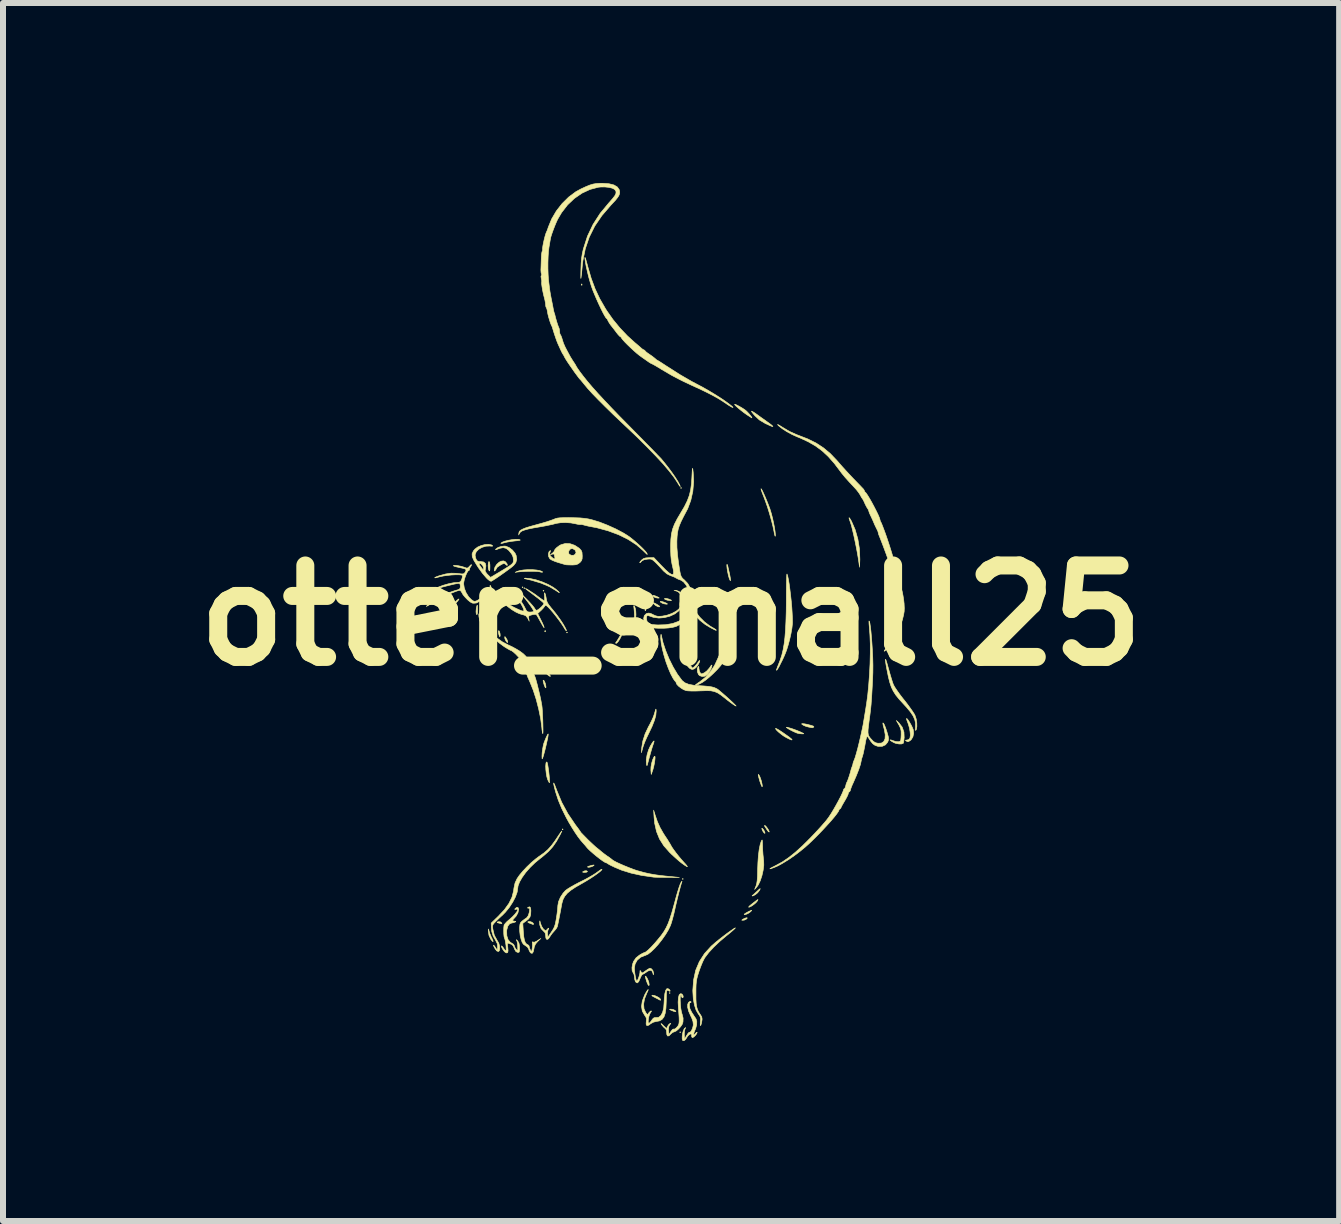
<source format=kicad_pcb>
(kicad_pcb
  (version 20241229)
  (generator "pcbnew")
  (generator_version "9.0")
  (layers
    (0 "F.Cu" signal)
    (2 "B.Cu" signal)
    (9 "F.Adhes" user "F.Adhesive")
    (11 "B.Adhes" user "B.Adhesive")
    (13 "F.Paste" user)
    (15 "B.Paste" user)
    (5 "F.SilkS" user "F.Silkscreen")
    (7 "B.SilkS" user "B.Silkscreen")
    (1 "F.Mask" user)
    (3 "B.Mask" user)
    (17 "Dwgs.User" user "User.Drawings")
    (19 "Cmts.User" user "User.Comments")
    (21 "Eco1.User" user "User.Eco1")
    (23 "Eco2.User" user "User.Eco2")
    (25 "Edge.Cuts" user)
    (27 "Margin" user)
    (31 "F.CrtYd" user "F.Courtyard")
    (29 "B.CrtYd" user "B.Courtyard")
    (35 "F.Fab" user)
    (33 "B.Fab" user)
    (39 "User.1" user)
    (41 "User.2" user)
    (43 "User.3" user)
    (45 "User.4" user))
  (footprint "otter_small25"
    (layer "F.Cu")
    (at 8.135 7.21)
    (property "Reference" "otter_small25" (at 0 0 0) (layer "F.SilkS") (effects (font (size 1.524 1.524) (thickness 0.3))))
    (attr through_hole)
    (fp_poly (pts (xy -2.467 -0.472) (xy -2.475 -0.464) (xy -2.482 -0.472) (xy -2.475 -0.479) (xy -2.467 -0.472)) (stroke (width 0.01) (type solid)) (fill yes) (layer "F.SilkS"))
    (fp_poly (pts (xy -2.438 -0.457) (xy -2.446 -0.45) (xy -2.453 -0.457) (xy -2.446 -0.464) (xy -2.438 -0.457)) (stroke (width 0.01) (type solid)) (fill yes) (layer "F.SilkS"))
    (fp_poly (pts (xy -2.119 -0.414) (xy -2.126 -0.406) (xy -2.134 -0.414) (xy -2.126 -0.421) (xy -2.119 -0.414)) (stroke (width 0.01) (type solid)) (fill yes) (layer "F.SilkS"))
    (fp_poly (pts (xy -1.8 3.563) (xy -1.807 3.571) (xy -1.814 3.563) (xy -1.807 3.556) (xy -1.8 3.563)) (stroke (width 0.01) (type solid)) (fill yes) (layer "F.SilkS"))
    (fp_poly (pts (xy -1.727 0.283) (xy -1.734 0.29) (xy -1.742 0.283) (xy -1.734 0.276) (xy -1.727 0.283)) (stroke (width 0.01) (type solid)) (fill yes) (layer "F.SilkS"))
    (fp_poly (pts (xy -0.015 6.292) (xy -0.022 6.299) (xy -0.029 6.292) (xy -0.022 6.285) (xy -0.015 6.292)) (stroke (width 0.01) (type solid)) (fill yes) (layer "F.SilkS"))
    (fp_poly (pts (xy 0.16 6.945) (xy 0.152 6.952) (xy 0.145 6.945) (xy 0.152 6.938) (xy 0.16 6.945)) (stroke (width 0.01) (type solid)) (fill yes) (layer "F.SilkS"))
    (fp_poly (pts (xy 0.174 -2.126) (xy 0.167 -2.119) (xy 0.16 -2.126) (xy 0.167 -2.134) (xy 0.174 -2.126)) (stroke (width 0.01) (type solid)) (fill yes) (layer "F.SilkS"))
    (fp_poly (pts (xy 0.203 4.391) (xy 0.196 4.398) (xy 0.189 4.391) (xy 0.196 4.383) (xy 0.203 4.391)) (stroke (width 0.01) (type solid)) (fill yes) (layer "F.SilkS"))
    (fp_poly (pts (xy -2.095 0.252) (xy -2.093 0.269) (xy -2.095 0.271) (xy -2.104 0.269) (xy -2.105 0.261) (xy -2.099 0.249) (xy -2.095 0.252)) (stroke (width 0.01) (type solid)) (fill yes) (layer "F.SilkS"))
    (fp_poly (pts (xy -1.485 -5.525) (xy -1.484 -5.508) (xy -1.485 -5.506) (xy -1.494 -5.508) (xy -1.495 -5.515) (xy -1.49 -5.527) (xy -1.485 -5.525)) (stroke (width 0.01) (type solid)) (fill yes) (layer "F.SilkS"))
    (fp_poly (pts (xy -2.847 5.105) (xy -2.832 5.116) (xy -2.819 5.131) (xy -2.827 5.136) (xy -2.858 5.129) (xy -2.874 5.125) (xy -2.898 5.117) (xy -2.896 5.11) (xy -2.882 5.104) (xy -2.847 5.105)) (stroke (width 0.01) (type solid)) (fill yes) (layer "F.SilkS"))
    (fp_poly (pts (xy -2.069 0.95) (xy -2.043 0.97) (xy -2.036 0.977) (xy -2.013 1.004) (xy -2.012 1.015) (xy -2.03 1.008) (xy -2.059 0.986) (xy -2.081 0.963) (xy -2.085 0.948) (xy -2.084 0.947) (xy -2.069 0.95)) (stroke (width 0.01) (type solid)) (fill yes) (layer "F.SilkS"))
    (fp_poly (pts (xy -1.394 4.265) (xy -1.393 4.267) (xy -1.406 4.277) (xy -1.437 4.281) (xy -1.441 4.281) (xy -1.47 4.279) (xy -1.473 4.273) (xy -1.466 4.267) (xy -1.436 4.255) (xy -1.408 4.254) (xy -1.394 4.265)) (stroke (width 0.01) (type solid)) (fill yes) (layer "F.SilkS"))
    (fp_poly (pts (xy -0.41 -0.164) (xy -0.408 -0.142) (xy -0.415 -0.109) (xy -0.421 -0.094) (xy -0.429 -0.079) (xy -0.433 -0.088) (xy -0.434 -0.112) (xy -0.431 -0.146) (xy -0.421 -0.167) (xy -0.421 -0.167) (xy -0.41 -0.164)) (stroke (width 0.01) (type solid)) (fill yes) (layer "F.SilkS"))
    (fp_poly (pts (xy -0.395 -0.292) (xy -0.355 -0.276) (xy -0.322 -0.26) (xy -0.313 -0.251) (xy -0.326 -0.248) (xy -0.335 -0.248) (xy -0.375 -0.255) (xy -0.4 -0.267) (xy -0.421 -0.287) (xy -0.418 -0.295) (xy -0.395 -0.292)) (stroke (width 0.01) (type solid)) (fill yes) (layer "F.SilkS"))
    (fp_poly (pts (xy -0.278 -0.333) (xy -0.239 -0.318) (xy -0.206 -0.301) (xy -0.197 -0.293) (xy -0.211 -0.291) (xy -0.219 -0.291) (xy -0.259 -0.298) (xy -0.284 -0.311) (xy -0.305 -0.33) (xy -0.302 -0.337) (xy -0.278 -0.333)) (stroke (width 0.01) (type solid)) (fill yes) (layer "F.SilkS"))
    (fp_poly (pts (xy 0.041 6.569) (xy 0.066 6.582) (xy 0.081 6.597) (xy 0.073 6.603) (xy 0.047 6.597) (xy 0.007 6.582) (xy -0.021 6.568) (xy -0.024 6.563) (xy -0.004 6.561) (xy 0.001 6.561) (xy 0.041 6.569)) (stroke (width 0.01) (type solid)) (fill yes) (layer "F.SilkS"))
    (fp_poly (pts (xy 1.271 5.041) (xy 1.26 5.056) (xy 1.256 5.059) (xy 1.222 5.076) (xy 1.198 5.079) (xy 1.18 5.078) (xy 1.185 5.07) (xy 1.205 5.058) (xy 1.238 5.043) (xy 1.262 5.037) (xy 1.271 5.041)) (stroke (width 0.01) (type solid)) (fill yes) (layer "F.SilkS"))
    (fp_poly (pts (xy -2.858 0.273) (xy -2.85 0.302) (xy -2.848 0.332) (xy -2.849 0.34) (xy -2.854 0.354) (xy -2.861 0.343) (xy -2.869 0.319) (xy -2.877 0.282) (xy -2.877 0.257) (xy -2.877 0.255) (xy -2.868 0.254) (xy -2.858 0.273)) (stroke (width 0.01) (type solid)) (fill yes) (layer "F.SilkS"))
    (fp_poly (pts (xy -2.761 0.359) (xy -2.753 0.371) (xy -2.732 0.406) (xy -2.722 0.435) (xy -2.724 0.45) (xy -2.726 0.45) (xy -2.741 0.439) (xy -2.754 0.421) (xy -2.769 0.387) (xy -2.772 0.367) (xy -2.77 0.351) (xy -2.761 0.359)) (stroke (width 0.01) (type solid)) (fill yes) (layer "F.SilkS"))
    (fp_poly (pts (xy 1.526 3.551) (xy 1.543 3.572) (xy 1.558 3.599) (xy 1.566 3.623) (xy 1.565 3.629) (xy 1.556 3.628) (xy 1.538 3.607) (xy 1.533 3.599) (xy 1.518 3.568) (xy 1.513 3.548) (xy 1.514 3.546) (xy 1.526 3.551)) (stroke (width 0.01) (type solid)) (fill yes) (layer "F.SilkS"))
    (fp_poly (pts (xy -3.026 -0.887) (xy -3.02 -0.853) (xy -3.019 -0.82) (xy -3.02 -0.769) (xy -3.024 -0.744) (xy -3.031 -0.746) (xy -3.039 -0.763) (xy -3.046 -0.795) (xy -3.048 -0.835) (xy -3.045 -0.872) (xy -3.039 -0.896) (xy -3.033 -0.9) (xy -3.026 -0.887)) (stroke (width 0.01) (type solid)) (fill yes) (layer "F.SilkS"))
    (fp_poly (pts (xy -2.318 5.112) (xy -2.296 5.13) (xy -2.293 5.139) (xy -2.296 5.151) (xy -2.297 5.151) (xy -2.311 5.145) (xy -2.343 5.133) (xy -2.351 5.13) (xy -2.382 5.117) (xy -2.387 5.107) (xy -2.378 5.102) (xy -2.349 5.101) (xy -2.318 5.112)) (stroke (width 0.01) (type solid)) (fill yes) (layer "F.SilkS"))
    (fp_poly (pts (xy -2.118 1.084) (xy -2.106 1.105) (xy -2.094 1.138) (xy -2.087 1.173) (xy -2.085 1.198) (xy -2.089 1.205) (xy -2.1 1.192) (xy -2.113 1.161) (xy -2.117 1.149) (xy -2.13 1.102) (xy -2.132 1.079) (xy -2.125 1.078) (xy -2.118 1.084)) (stroke (width 0.01) (type solid)) (fill yes) (layer "F.SilkS"))
    (fp_poly (pts (xy -1.282 4.16) (xy -1.294 4.171) (xy -1.298 4.174) (xy -1.321 4.185) (xy -1.351 4.193) (xy -1.377 4.196) (xy -1.392 4.192) (xy -1.39 4.186) (xy -1.371 4.178) (xy -1.336 4.168) (xy -1.326 4.165) (xy -1.292 4.158) (xy -1.282 4.16)) (stroke (width 0.01) (type solid)) (fill yes) (layer "F.SilkS"))
    (fp_poly (pts (xy -0.284 -0.211) (xy -0.256 -0.198) (xy -0.224 -0.179) (xy -0.198 -0.162) (xy -0.189 -0.151) (xy -0.199 -0.144) (xy -0.225 -0.151) (xy -0.257 -0.168) (xy -0.267 -0.176) (xy -0.291 -0.198) (xy -0.3 -0.213) (xy -0.299 -0.214) (xy -0.284 -0.211)) (stroke (width 0.01) (type solid)) (fill yes) (layer "F.SilkS"))
    (fp_poly (pts (xy -0.153 -0.234) (xy -0.12 -0.224) (xy -0.086 -0.21) (xy -0.077 -0.205) (xy -0.059 -0.193) (xy -0.068 -0.19) (xy -0.08 -0.19) (xy -0.118 -0.196) (xy -0.14 -0.203) (xy -0.169 -0.219) (xy -0.18 -0.23) (xy -0.176 -0.237) (xy -0.153 -0.234)) (stroke (width 0.01) (type solid)) (fill yes) (layer "F.SilkS"))
    (fp_poly (pts (xy -0.071 -0.284) (xy -0.032 -0.273) (xy -0.027 -0.27) (xy 0.003 -0.257) (xy 0.007 -0.25) (xy -0.011 -0.249) (xy -0.015 -0.249) (xy -0.057 -0.255) (xy -0.087 -0.264) (xy -0.11 -0.277) (xy -0.106 -0.284) (xy -0.1 -0.286) (xy -0.071 -0.284)) (stroke (width 0.01) (type solid)) (fill yes) (layer "F.SilkS"))
    (fp_poly (pts (xy 1.342 4.918) (xy 1.33 4.932) (xy 1.305 4.953) (xy 1.273 4.971) (xy 1.242 4.983) (xy 1.222 4.985) (xy 1.219 4.981) (xy 1.231 4.969) (xy 1.262 4.95) (xy 1.288 4.936) (xy 1.327 4.918) (xy 1.344 4.912) (xy 1.342 4.918)) (stroke (width 0.01) (type solid)) (fill yes) (layer "F.SilkS"))
    (fp_poly (pts (xy -3.226 -0.161) (xy -3.224 -0.123) (xy -3.224 -0.105) (xy -3.225 -0.056) (xy -3.23 -0.024) (xy -3.237 -0.015) (xy -3.246 -0.027) (xy -3.25 -0.059) (xy -3.25 -0.069) (xy -3.246 -0.116) (xy -3.237 -0.157) (xy -3.237 -0.16) (xy -3.23 -0.173) (xy -3.226 -0.161)) (stroke (width 0.01) (type solid)) (fill yes) (layer "F.SilkS"))
    (fp_poly (pts (xy -0.417 6.017) (xy -0.401 6.041) (xy -0.384 6.075) (xy -0.371 6.111) (xy -0.369 6.122) (xy -0.364 6.157) (xy -0.37 6.168) (xy -0.382 6.156) (xy -0.397 6.124) (xy -0.409 6.092) (xy -0.421 6.05) (xy -0.428 6.02) (xy -0.428 6.011) (xy -0.417 6.017)) (stroke (width 0.01) (type solid)) (fill yes) (layer "F.SilkS"))
    (fp_poly (pts (xy 1.578 3.509) (xy 1.599 3.535) (xy 1.62 3.566) (xy 1.634 3.594) (xy 1.636 3.608) (xy 1.624 3.603) (xy 1.605 3.58) (xy 1.602 3.575) (xy 1.58 3.541) (xy 1.563 3.516) (xy 1.563 3.516) (xy 1.558 3.501) (xy 1.562 3.498) (xy 1.578 3.509)) (stroke (width 0.01) (type solid)) (fill yes) (layer "F.SilkS"))
    (fp_poly (pts (xy -3.039 5.237) (xy -3.035 5.254) (xy -3.021 5.299) (xy -3 5.351) (xy -2.991 5.368) (xy -2.971 5.412) (xy -2.965 5.434) (xy -2.974 5.432) (xy -2.997 5.406) (xy -3.004 5.396) (xy -3.034 5.333) (xy -3.043 5.277) (xy -3.045 5.237) (xy -3.044 5.225) (xy -3.039 5.237)) (stroke (width 0.01) (type solid)) (fill yes) (layer "F.SilkS"))
    (fp_poly (pts (xy -0.818 0.3) (xy -0.82 0.312) (xy -0.833 0.351) (xy -0.855 0.393) (xy -0.88 0.432) (xy -0.904 0.458) (xy -0.916 0.464) (xy -0.925 0.458) (xy -0.916 0.444) (xy -0.9 0.422) (xy -0.876 0.383) (xy -0.855 0.347) (xy -0.832 0.307) (xy -0.82 0.292) (xy -0.818 0.3)) (stroke (width 0.01) (type solid)) (fill yes) (layer "F.SilkS"))
    (fp_poly (pts (xy -0.702 0.057) (xy -0.7 0.092) (xy -0.699 0.123) (xy -0.701 0.179) (xy -0.705 0.226) (xy -0.711 0.254) (xy -0.718 0.262) (xy -0.722 0.243) (xy -0.723 0.196) (xy -0.723 0.196) (xy -0.721 0.14) (xy -0.716 0.09) (xy -0.711 0.065) (xy -0.705 0.049) (xy -0.702 0.057)) (stroke (width 0.01) (type solid)) (fill yes) (layer "F.SilkS"))
    (fp_poly (pts (xy -0.271 6.335) (xy -0.232 6.352) (xy -0.197 6.373) (xy -0.176 6.394) (xy -0.174 6.401) (xy -0.177 6.413) (xy -0.178 6.413) (xy -0.192 6.406) (xy -0.224 6.389) (xy -0.261 6.37) (xy -0.303 6.348) (xy -0.32 6.335) (xy -0.315 6.329) (xy -0.305 6.329) (xy -0.271 6.335)) (stroke (width 0.01) (type solid)) (fill yes) (layer "F.SilkS"))
    (fp_poly (pts (xy -0.268 2.348) (xy -0.266 2.372) (xy -0.27 2.412) (xy -0.277 2.462) (xy -0.288 2.515) (xy -0.301 2.564) (xy -0.305 2.576) (xy -0.33 2.649) (xy -0.336 2.577) (xy -0.334 2.523) (xy -0.323 2.461) (xy -0.306 2.403) (xy -0.285 2.358) (xy -0.275 2.345) (xy -0.268 2.348)) (stroke (width 0.01) (type solid)) (fill yes) (layer "F.SilkS"))
    (fp_poly (pts (xy 1.445 4.744) (xy 1.439 4.757) (xy 1.416 4.785) (xy 1.379 4.817) (xy 1.339 4.844) (xy 1.305 4.86) (xy 1.295 4.862) (xy 1.295 4.855) (xy 1.314 4.835) (xy 1.345 4.81) (xy 1.386 4.778) (xy 1.42 4.752) (xy 1.436 4.741) (xy 1.449 4.733) (xy 1.445 4.744)) (stroke (width 0.01) (type solid)) (fill yes) (layer "F.SilkS"))
    (fp_poly (pts (xy 1.487 4.554) (xy 1.478 4.573) (xy 1.472 4.584) (xy 1.442 4.622) (xy 1.404 4.653) (xy 1.367 4.672) (xy 1.355 4.674) (xy 1.351 4.67) (xy 1.351 4.67) (xy 1.364 4.659) (xy 1.393 4.634) (xy 1.428 4.601) (xy 1.465 4.567) (xy 1.484 4.552) (xy 1.487 4.554)) (stroke (width 0.01) (type solid)) (fill yes) (layer "F.SilkS"))
    (fp_poly (pts (xy 1.466 2.66) (xy 1.473 2.671) (xy 1.488 2.705) (xy 1.503 2.75) (xy 1.514 2.795) (xy 1.521 2.833) (xy 1.52 2.854) (xy 1.519 2.854) (xy 1.512 2.846) (xy 1.499 2.815) (xy 1.483 2.77) (xy 1.481 2.765) (xy 1.463 2.7) (xy 1.454 2.66) (xy 1.455 2.647) (xy 1.466 2.66)) (stroke (width 0.01) (type solid)) (fill yes) (layer "F.SilkS"))
    (fp_poly (pts (xy -0.611 -0.16) (xy -0.597 -0.124) (xy -0.588 -0.072) (xy -0.585 -0.013) (xy -0.589 0.04) (xy -0.593 0.058) (xy -0.6 0.084) (xy -0.605 0.089) (xy -0.607 0.071) (xy -0.608 0.027) (xy -0.608 0.022) (xy -0.611 -0.038) (xy -0.615 -0.096) (xy -0.618 -0.123) (xy -0.622 -0.158) (xy -0.618 -0.167) (xy -0.611 -0.16)) (stroke (width 0.01) (type solid)) (fill yes) (layer "F.SilkS"))
    (fp_poly (pts (xy 0.937 -0.85) (xy 0.946 -0.823) (xy 0.958 -0.769) (xy 0.965 -0.74) (xy 0.981 -0.665) (xy 0.99 -0.615) (xy 0.993 -0.588) (xy 0.989 -0.582) (xy 0.981 -0.592) (xy 0.969 -0.623) (xy 0.955 -0.673) (xy 0.943 -0.731) (xy 0.934 -0.787) (xy 0.93 -0.831) (xy 0.93 -0.834) (xy 0.932 -0.853) (xy 0.937 -0.85)) (stroke (width 0.01) (type solid)) (fill yes) (layer "F.SilkS"))
    (fp_poly (pts (xy -3.192 -0.021) (xy -3.18 0.013) (xy -3.165 0.067) (xy -3.164 0.073) (xy -3.152 0.122) (xy -3.139 0.162) (xy -3.133 0.178) (xy -3.125 0.198) (xy -3.127 0.203) (xy -3.137 0.192) (xy -3.155 0.162) (xy -3.164 0.145) (xy -3.185 0.093) (xy -3.199 0.033) (xy -3.202 0.018) (xy -3.204 -0.02) (xy -3.2 -0.032) (xy -3.192 -0.021)) (stroke (width 0.01) (type solid)) (fill yes) (layer "F.SilkS"))
    (fp_poly (pts (xy -2.544 -1.27) (xy -2.527 -1.266) (xy -2.513 -1.259) (xy -2.52 -1.254) (xy -2.55 -1.249) (xy -2.599 -1.244) (xy -2.664 -1.236) (xy -2.729 -1.225) (xy -2.776 -1.214) (xy -2.813 -1.204) (xy -2.835 -1.202) (xy -2.837 -1.205) (xy -2.814 -1.222) (xy -2.769 -1.239) (xy -2.712 -1.254) (xy -2.65 -1.265) (xy -2.591 -1.271) (xy -2.544 -1.27)) (stroke (width 0.01) (type solid)) (fill yes) (layer "F.SilkS"))
    (fp_poly (pts (xy 2.224 1.805) (xy 2.271 1.814) (xy 2.325 1.828) (xy 2.341 1.832) (xy 2.375 1.845) (xy 2.381 1.857) (xy 2.377 1.86) (xy 2.356 1.87) (xy 2.351 1.87) (xy 2.334 1.867) (xy 2.299 1.86) (xy 2.293 1.859) (xy 2.249 1.847) (xy 2.209 1.83) (xy 2.183 1.814) (xy 2.177 1.805) (xy 2.19 1.802) (xy 2.224 1.805)) (stroke (width 0.01) (type solid)) (fill yes) (layer "F.SilkS"))
    (fp_poly (pts (xy -0.539 -0.438) (xy -0.537 -0.422) (xy -0.531 -0.395) (xy -0.514 -0.353) (xy -0.494 -0.314) (xy -0.473 -0.272) (xy -0.459 -0.242) (xy -0.455 -0.232) (xy -0.467 -0.242) (xy -0.489 -0.265) (xy -0.489 -0.265) (xy -0.516 -0.299) (xy -0.533 -0.327) (xy -0.547 -0.364) (xy -0.556 -0.403) (xy -0.558 -0.435) (xy -0.553 -0.45) (xy -0.551 -0.45) (xy -0.539 -0.438)) (stroke (width 0.01) (type solid)) (fill yes) (layer "F.SilkS"))
    (fp_poly (pts (xy 1.757 1.885) (xy 1.791 1.904) (xy 1.84 1.935) (xy 1.898 1.975) (xy 1.963 2.021) (xy 1.972 2.028) (xy 2.007 2.057) (xy 2.018 2.071) (xy 2.006 2.073) (xy 1.973 2.06) (xy 1.921 2.034) (xy 1.916 2.031) (xy 1.871 2.004) (xy 1.826 1.97) (xy 1.786 1.937) (xy 1.756 1.907) (xy 1.742 1.887) (xy 1.743 1.881) (xy 1.757 1.885)) (stroke (width 0.01) (type solid)) (fill yes) (layer "F.SilkS"))
    (fp_poly (pts (xy 1.938 1.863) (xy 1.974 1.873) (xy 2.023 1.888) (xy 2.078 1.908) (xy 2.131 1.929) (xy 2.163 1.943) (xy 2.2 1.961) (xy 2.212 1.97) (xy 2.203 1.972) (xy 2.184 1.972) (xy 2.137 1.968) (xy 2.102 1.96) (xy 2.07 1.947) (xy 2.029 1.928) (xy 1.986 1.906) (xy 1.949 1.884) (xy 1.926 1.868) (xy 1.922 1.862) (xy 1.938 1.863)) (stroke (width 0.01) (type solid)) (fill yes) (layer "F.SilkS"))
    (fp_poly (pts (xy -2.345 -0.616) (xy -2.249 -0.595) (xy -2.148 -0.561) (xy -2.05 -0.519) (xy -1.964 -0.471) (xy -1.909 -0.43) (xy -1.873 -0.397) (xy -1.86 -0.381) (xy -1.869 -0.384) (xy -1.901 -0.405) (xy -1.916 -0.415) (xy -2.028 -0.482) (xy -2.165 -0.54) (xy -2.324 -0.588) (xy -2.38 -0.601) (xy -2.427 -0.612) (xy -2.446 -0.618) (xy -2.439 -0.622) (xy -2.427 -0.623) (xy -2.345 -0.616)) (stroke (width 0.01) (type solid)) (fill yes) (layer "F.SilkS"))
    (fp_poly (pts (xy -2.063 2.454) (xy -2.055 2.492) (xy -2.049 2.528) (xy -2.039 2.597) (xy -2.032 2.663) (xy -2.027 2.721) (xy -2.025 2.763) (xy -2.026 2.785) (xy -2.028 2.787) (xy -2.036 2.775) (xy -2.051 2.745) (xy -2.057 2.732) (xy -2.07 2.688) (xy -2.08 2.63) (xy -2.087 2.567) (xy -2.089 2.509) (xy -2.085 2.464) (xy -2.08 2.446) (xy -2.071 2.44) (xy -2.063 2.454)) (stroke (width 0.01) (type solid)) (fill yes) (layer "F.SilkS"))
    (fp_poly (pts (xy -0.283 2.101) (xy -0.291 2.129) (xy -0.306 2.171) (xy -0.325 2.232) (xy -0.345 2.303) (xy -0.365 2.375) (xy -0.382 2.44) (xy -0.384 2.446) (xy -0.394 2.486) (xy -0.401 2.502) (xy -0.406 2.494) (xy -0.41 2.476) (xy -0.413 2.406) (xy -0.4 2.324) (xy -0.375 2.24) (xy -0.346 2.177) (xy -0.318 2.13) (xy -0.297 2.1) (xy -0.284 2.09) (xy -0.283 2.101)) (stroke (width 0.01) (type solid)) (fill yes) (layer "F.SilkS"))
    (fp_poly (pts (xy 1.355 -3.402) (xy 1.385 -3.384) (xy 1.413 -3.365) (xy 1.457 -3.333) (xy 1.514 -3.292) (xy 1.573 -3.251) (xy 1.582 -3.244) (xy 1.646 -3.198) (xy 1.684 -3.168) (xy 1.698 -3.152) (xy 1.687 -3.151) (xy 1.651 -3.165) (xy 1.59 -3.193) (xy 1.572 -3.201) (xy 1.472 -3.261) (xy 1.402 -3.326) (xy 1.369 -3.364) (xy 1.347 -3.392) (xy 1.341 -3.406) (xy 1.341 -3.407) (xy 1.355 -3.402)) (stroke (width 0.01) (type solid)) (fill yes) (layer "F.SilkS"))
    (fp_poly (pts (xy -3.536 -0.27) (xy -3.554 -0.244) (xy -3.591 -0.202) (xy -3.64 -0.145) (xy -3.689 -0.083) (xy -3.729 -0.027) (xy -3.732 -0.023) (xy -3.766 0.028) (xy -3.787 0.058) (xy -3.798 0.071) (xy -3.802 0.07) (xy -3.803 0.063) (xy -3.794 0.038) (xy -3.772 -0.004) (xy -3.739 -0.054) (xy -3.702 -0.108) (xy -3.663 -0.158) (xy -3.631 -0.193) (xy -3.585 -0.239) (xy -3.553 -0.267) (xy -3.536 -0.277) (xy -3.536 -0.27)) (stroke (width 0.01) (type solid)) (fill yes) (layer "F.SilkS"))
    (fp_poly (pts (xy -2.047 1.974) (xy -2.049 1.999) (xy -2.056 2.043) (xy -2.068 2.098) (xy -2.082 2.16) (xy -2.097 2.224) (xy -2.113 2.285) (xy -2.127 2.336) (xy -2.139 2.372) (xy -2.147 2.389) (xy -2.149 2.388) (xy -2.151 2.344) (xy -2.148 2.283) (xy -2.139 2.216) (xy -2.127 2.155) (xy -2.119 2.126) (xy -2.102 2.082) (xy -2.084 2.038) (xy -2.066 2.001) (xy -2.053 1.977) (xy -2.047 1.974) (xy -2.047 1.974)) (stroke (width 0.01) (type solid)) (fill yes) (layer "F.SilkS"))
    (fp_poly (pts (xy 2.972 -1.629) (xy 2.99 -1.603) (xy 3.008 -1.571) (xy 3.069 -1.431) (xy 3.114 -1.274) (xy 3.141 -1.108) (xy 3.147 -0.941) (xy 3.147 -0.929) (xy 3.142 -0.806) (xy 3.13 -0.893) (xy 3.119 -0.965) (xy 3.104 -1.051) (xy 3.086 -1.146) (xy 3.066 -1.243) (xy 3.046 -1.336) (xy 3.026 -1.421) (xy 3.009 -1.491) (xy 2.994 -1.541) (xy 2.99 -1.553) (xy 2.972 -1.604) (xy 2.966 -1.629) (xy 2.972 -1.629)) (stroke (width 0.01) (type solid)) (fill yes) (layer "F.SilkS"))
    (fp_poly (pts (xy -2.312 -0.765) (xy -2.244 -0.759) (xy -2.188 -0.749) (xy -2.15 -0.735) (xy -2.141 -0.725) (xy -2.148 -0.721) (xy -2.175 -0.725) (xy -2.188 -0.729) (xy -2.224 -0.734) (xy -2.282 -0.737) (xy -2.351 -0.737) (xy -2.425 -0.736) (xy -2.495 -0.732) (xy -2.553 -0.727) (xy -2.59 -0.721) (xy -2.591 -0.72) (xy -2.598 -0.719) (xy -2.582 -0.728) (xy -2.569 -0.734) (xy -2.52 -0.75) (xy -2.456 -0.76) (xy -2.385 -0.765) (xy -2.312 -0.765)) (stroke (width 0.01) (type solid)) (fill yes) (layer "F.SilkS"))
    (fp_poly (pts (xy 1.071 -3.52) (xy 1.099 -3.507) (xy 1.138 -3.487) (xy 1.181 -3.462) (xy 1.22 -3.437) (xy 1.246 -3.418) (xy 1.273 -3.392) (xy 1.302 -3.361) (xy 1.328 -3.329) (xy 1.345 -3.305) (xy 1.348 -3.295) (xy 1.347 -3.295) (xy 1.334 -3.302) (xy 1.303 -3.322) (xy 1.261 -3.349) (xy 1.261 -3.349) (xy 1.215 -3.382) (xy 1.166 -3.42) (xy 1.121 -3.457) (xy 1.084 -3.49) (xy 1.063 -3.513) (xy 1.06 -3.52) (xy 1.071 -3.52)) (stroke (width 0.01) (type solid)) (fill yes) (layer "F.SilkS"))
    (fp_poly (pts (xy -0.25 1.563) (xy -0.248 1.588) (xy -0.248 1.598) (xy -0.254 1.665) (xy -0.277 1.748) (xy -0.317 1.849) (xy -0.372 1.965) (xy -0.406 2.035) (xy -0.437 2.106) (xy -0.46 2.167) (xy -0.472 2.204) (xy -0.493 2.286) (xy -0.488 2.199) (xy -0.47 2.09) (xy -0.432 1.972) (xy -0.376 1.853) (xy -0.362 1.829) (xy -0.331 1.768) (xy -0.301 1.704) (xy -0.283 1.655) (xy -0.269 1.609) (xy -0.258 1.573) (xy -0.254 1.56) (xy -0.25 1.563)) (stroke (width 0.01) (type solid)) (fill yes) (layer "F.SilkS"))
    (fp_poly (pts (xy -2.767 -0.901) (xy -2.758 -0.893) (xy -2.736 -0.866) (xy -2.729 -0.846) (xy -2.732 -0.834) (xy -2.747 -0.844) (xy -2.751 -0.848) (xy -2.773 -0.866) (xy -2.782 -0.871) (xy -2.801 -0.864) (xy -2.832 -0.848) (xy -2.866 -0.827) (xy -2.892 -0.809) (xy -2.903 -0.798) (xy -2.911 -0.781) (xy -2.924 -0.761) (xy -2.94 -0.742) (xy -2.945 -0.747) (xy -2.946 -0.763) (xy -2.935 -0.807) (xy -2.905 -0.853) (xy -2.865 -0.889) (xy -2.834 -0.905) (xy -2.795 -0.911) (xy -2.767 -0.901)) (stroke (width 0.01) (type solid)) (fill yes) (layer "F.SilkS"))
    (fp_poly (pts (xy 0.682 0.832) (xy 0.673 0.87) (xy 0.651 0.918) (xy 0.62 0.965) (xy 0.605 0.983) (xy 0.565 1.01) (xy 0.519 1.016) (xy 0.477 1.002) (xy 0.458 0.984) (xy 0.439 0.937) (xy 0.438 0.887) (xy 0.45 0.856) (xy 0.46 0.847) (xy 0.464 0.863) (xy 0.464 0.879) (xy 0.471 0.921) (xy 0.485 0.952) (xy 0.5 0.969) (xy 0.515 0.972) (xy 0.54 0.961) (xy 0.559 0.952) (xy 0.599 0.921) (xy 0.637 0.878) (xy 0.647 0.865) (xy 0.668 0.833) (xy 0.68 0.825) (xy 0.682 0.832)) (stroke (width 0.01) (type solid)) (fill yes) (layer "F.SilkS"))
    (fp_poly (pts (xy 3.936 1.722) (xy 3.956 1.748) (xy 3.98 1.786) (xy 4.005 1.83) (xy 4.025 1.872) (xy 4.037 1.903) (xy 4.044 1.963) (xy 4.031 2.023) (xy 4.002 2.07) (xy 3.987 2.083) (xy 3.959 2.1) (xy 3.94 2.102) (xy 3.919 2.09) (xy 3.907 2.079) (xy 3.921 2.076) (xy 3.928 2.076) (xy 3.962 2.068) (xy 3.982 2.043) (xy 3.989 1.996) (xy 3.985 1.941) (xy 3.975 1.88) (xy 3.958 1.819) (xy 3.947 1.787) (xy 3.932 1.748) (xy 3.925 1.722) (xy 3.925 1.716) (xy 3.936 1.722)) (stroke (width 0.01) (type solid)) (fill yes) (layer "F.SilkS"))
    (fp_poly (pts (xy 1.522 3.757) (xy 1.524 3.797) (xy 1.525 3.825) (xy 1.528 3.915) (xy 1.533 3.988) (xy 1.54 4.053) (xy 1.544 4.088) (xy 1.546 4.161) (xy 1.535 4.247) (xy 1.515 4.336) (xy 1.487 4.42) (xy 1.454 4.49) (xy 1.428 4.526) (xy 1.393 4.565) (xy 1.417 4.507) (xy 1.428 4.469) (xy 1.436 4.417) (xy 1.441 4.345) (xy 1.443 4.249) (xy 1.443 4.245) (xy 1.448 4.119) (xy 1.456 4.002) (xy 1.469 3.901) (xy 1.485 3.82) (xy 1.502 3.767) (xy 1.512 3.746) (xy 1.518 3.741) (xy 1.522 3.757)) (stroke (width 0.01) (type solid)) (fill yes) (layer "F.SilkS"))
    (fp_poly (pts (xy 1.508 -2.105) (xy 1.525 -2.075) (xy 1.547 -2.027) (xy 1.573 -1.968) (xy 1.6 -1.903) (xy 1.626 -1.837) (xy 1.649 -1.775) (xy 1.654 -1.759) (xy 1.673 -1.696) (xy 1.692 -1.622) (xy 1.709 -1.544) (xy 1.724 -1.468) (xy 1.734 -1.401) (xy 1.739 -1.349) (xy 1.738 -1.323) (xy 1.734 -1.324) (xy 1.726 -1.349) (xy 1.718 -1.392) (xy 1.716 -1.402) (xy 1.698 -1.488) (xy 1.672 -1.591) (xy 1.64 -1.704) (xy 1.605 -1.817) (xy 1.568 -1.921) (xy 1.546 -1.98) (xy 1.524 -2.035) (xy 1.508 -2.08) (xy 1.5 -2.108) (xy 1.5 -2.114) (xy 1.508 -2.105)) (stroke (width 0.01) (type solid)) (fill yes) (layer "F.SilkS"))
    (fp_poly (pts (xy 3.8 1.791) (xy 3.853 1.86) (xy 3.882 1.943) (xy 3.886 2.037) (xy 3.885 2.041) (xy 3.88 2.086) (xy 3.875 2.118) (xy 3.872 2.128) (xy 3.843 2.14) (xy 3.798 2.14) (xy 3.748 2.131) (xy 3.721 2.121) (xy 3.682 2.1) (xy 3.658 2.083) (xy 3.651 2.073) (xy 3.665 2.073) (xy 3.693 2.083) (xy 3.745 2.1) (xy 3.79 2.104) (xy 3.82 2.095) (xy 3.825 2.09) (xy 3.83 2.069) (xy 3.834 2.028) (xy 3.836 1.985) (xy 3.835 1.926) (xy 3.826 1.881) (xy 3.804 1.834) (xy 3.797 1.821) (xy 3.755 1.749) (xy 3.8 1.791)) (stroke (width 0.01) (type solid)) (fill yes) (layer "F.SilkS"))
    (fp_poly (pts (xy -0.268 3.317) (xy -0.229 3.432) (xy -0.184 3.532) (xy -0.128 3.631) (xy -0.099 3.676) (xy -0.062 3.731) (xy -0.032 3.78) (xy -0.011 3.815) (xy -0.004 3.828) (xy 0.012 3.857) (xy 0.042 3.901) (xy 0.082 3.955) (xy 0.127 4.012) (xy 0.173 4.067) (xy 0.213 4.112) (xy 0.246 4.148) (xy 0.267 4.175) (xy 0.273 4.187) (xy 0.26 4.182) (xy 0.229 4.163) (xy 0.188 4.134) (xy 0.181 4.129) (xy 0.133 4.091) (xy 0.074 4.039) (xy 0.013 3.983) (xy -0.023 3.948) (xy -0.12 3.838) (xy -0.192 3.724) (xy -0.242 3.6) (xy -0.273 3.462) (xy -0.283 3.358) (xy -0.29 3.244) (xy -0.268 3.317)) (stroke (width 0.01) (type solid)) (fill yes) (layer "F.SilkS"))
    (fp_poly (pts (xy 0.321 0.157) (xy 0.322 0.16) (xy 0.332 0.203) (xy 0.336 0.268) (xy 0.336 0.345) (xy 0.331 0.429) (xy 0.321 0.512) (xy 0.314 0.55) (xy 0.298 0.644) (xy 0.291 0.715) (xy 0.294 0.769) (xy 0.307 0.81) (xy 0.325 0.837) (xy 0.36 0.878) (xy 0.393 0.849) (xy 0.424 0.815) (xy 0.452 0.777) (xy 0.469 0.753) (xy 0.478 0.75) (xy 0.479 0.753) (xy 0.47 0.783) (xy 0.448 0.823) (xy 0.42 0.861) (xy 0.393 0.885) (xy 0.392 0.886) (xy 0.361 0.898) (xy 0.336 0.894) (xy 0.306 0.876) (xy 0.262 0.828) (xy 0.239 0.76) (xy 0.236 0.672) (xy 0.254 0.563) (xy 0.269 0.508) (xy 0.295 0.401) (xy 0.306 0.295) (xy 0.307 0.254) (xy 0.308 0.193) (xy 0.31 0.159) (xy 0.314 0.148) (xy 0.321 0.157)) (stroke (width 0.01) (type solid)) (fill yes) (layer "F.SilkS"))
    (fp_poly (pts (xy 1.026 -0.059) (xy 1.028 -0.026) (xy 1.028 0.025) (xy 1.026 0.089) (xy 1.022 0.159) (xy 1.017 0.231) (xy 1.01 0.299) (xy 1.003 0.358) (xy 1.001 0.37) (xy 0.992 0.422) (xy 0.984 0.466) (xy 0.981 0.486) (xy 0.962 0.563) (xy 0.929 0.65) (xy 0.888 0.737) (xy 0.843 0.813) (xy 0.823 0.839) (xy 0.769 0.901) (xy 0.704 0.966) (xy 0.637 1.027) (xy 0.573 1.079) (xy 0.521 1.115) (xy 0.463 1.145) (xy 0.425 1.16) (xy 0.407 1.159) (xy 0.406 1.156) (xy 0.418 1.147) (xy 0.446 1.126) (xy 0.478 1.105) (xy 0.569 1.033) (xy 0.652 0.941) (xy 0.721 0.839) (xy 0.739 0.804) (xy 0.81 0.648) (xy 0.871 0.493) (xy 0.923 0.345) (xy 0.963 0.208) (xy 0.989 0.088) (xy 0.996 0.032) (xy 1.003 -0.017) (xy 1.012 -0.053) (xy 1.02 -0.068) (xy 1.026 -0.059)) (stroke (width 0.01) (type solid)) (fill yes) (layer "F.SilkS"))
    (fp_poly (pts (xy 1.944 -0.659) (xy 1.956 -0.603) (xy 1.969 -0.527) (xy 1.981 -0.437) (xy 1.993 -0.338) (xy 2.004 -0.236) (xy 2.013 -0.134) (xy 2.019 -0.038) (xy 2.023 0.047) (xy 2.024 0.115) (xy 2.023 0.138) (xy 2.015 0.21) (xy 1.999 0.301) (xy 1.977 0.399) (xy 1.951 0.496) (xy 1.927 0.573) (xy 1.909 0.621) (xy 1.885 0.678) (xy 1.858 0.737) (xy 1.829 0.794) (xy 1.803 0.846) (xy 1.78 0.886) (xy 1.764 0.909) (xy 1.757 0.912) (xy 1.756 0.91) (xy 1.762 0.892) (xy 1.775 0.855) (xy 1.791 0.815) (xy 1.821 0.738) (xy 1.847 0.657) (xy 1.868 0.57) (xy 1.885 0.474) (xy 1.898 0.366) (xy 1.908 0.242) (xy 1.915 0.099) (xy 1.92 -0.064) (xy 1.922 -0.253) (xy 1.922 -0.344) (xy 1.923 -0.442) (xy 1.924 -0.529) (xy 1.926 -0.601) (xy 1.928 -0.655) (xy 1.93 -0.686) (xy 1.933 -0.692) (xy 1.944 -0.659)) (stroke (width 0.01) (type solid)) (fill yes) (layer "F.SilkS"))
    (fp_poly (pts (xy 3.587 0.755) (xy 3.603 0.808) (xy 3.626 0.89) (xy 3.627 0.893) (xy 3.649 0.972) (xy 3.671 1.046) (xy 3.691 1.11) (xy 3.707 1.154) (xy 3.711 1.161) (xy 3.73 1.195) (xy 3.764 1.246) (xy 3.808 1.308) (xy 3.859 1.375) (xy 3.889 1.412) (xy 3.942 1.48) (xy 3.99 1.546) (xy 4.031 1.605) (xy 4.059 1.649) (xy 4.067 1.666) (xy 4.086 1.724) (xy 4.096 1.789) (xy 4.097 1.85) (xy 4.088 1.898) (xy 4.084 1.906) (xy 4.076 1.915) (xy 4.073 1.901) (xy 4.075 1.861) (xy 4.075 1.853) (xy 4.075 1.792) (xy 4.062 1.733) (xy 4.034 1.672) (xy 3.989 1.605) (xy 3.924 1.527) (xy 3.869 1.467) (xy 3.8 1.392) (xy 3.746 1.325) (xy 3.705 1.261) (xy 3.672 1.193) (xy 3.646 1.115) (xy 3.622 1.02) (xy 3.6 0.91) (xy 3.584 0.823) (xy 3.575 0.764) (xy 3.573 0.732) (xy 3.577 0.729) (xy 3.587 0.755)) (stroke (width 0.01) (type solid)) (fill yes) (layer "F.SilkS"))
    (fp_poly (pts (xy 1.062 5.219) (xy 1.033 5.246) (xy 0.989 5.284) (xy 0.935 5.328) (xy 0.927 5.334) (xy 0.812 5.431) (xy 0.712 5.526) (xy 0.629 5.616) (xy 0.568 5.696) (xy 0.552 5.722) (xy 0.528 5.77) (xy 0.501 5.835) (xy 0.474 5.907) (xy 0.462 5.943) (xy 0.443 6.004) (xy 0.43 6.054) (xy 0.422 6.102) (xy 0.417 6.156) (xy 0.415 6.224) (xy 0.415 6.291) (xy 0.415 6.39) (xy 0.419 6.466) (xy 0.428 6.524) (xy 0.442 6.572) (xy 0.463 6.614) (xy 0.487 6.649) (xy 0.511 6.688) (xy 0.518 6.725) (xy 0.514 6.756) (xy 0.504 6.806) (xy 0.495 6.832) (xy 0.489 6.834) (xy 0.487 6.81) (xy 0.489 6.776) (xy 0.492 6.727) (xy 0.488 6.694) (xy 0.472 6.664) (xy 0.453 6.638) (xy 0.417 6.576) (xy 0.39 6.492) (xy 0.371 6.39) (xy 0.364 6.276) (xy 0.363 6.248) (xy 0.376 6.073) (xy 0.411 5.913) (xy 0.472 5.768) (xy 0.558 5.634) (xy 0.67 5.511) (xy 0.744 5.446) (xy 0.81 5.393) (xy 0.876 5.342) (xy 0.938 5.295) (xy 0.993 5.256) (xy 1.036 5.226) (xy 1.064 5.209) (xy 1.073 5.206) (xy 1.062 5.219)) (stroke (width 0.01) (type solid)) (fill yes) (layer "F.SilkS"))
    (fp_poly (pts (xy -0.164 0.319) (xy -0.135 0.447) (xy -0.089 0.585) (xy -0.032 0.724) (xy 0.035 0.858) (xy 0.107 0.979) (xy 0.181 1.079) (xy 0.184 1.083) (xy 0.231 1.121) (xy 0.296 1.147) (xy 0.384 1.163) (xy 0.454 1.168) (xy 0.551 1.174) (xy 0.626 1.181) (xy 0.682 1.19) (xy 0.726 1.203) (xy 0.762 1.22) (xy 0.78 1.231) (xy 0.805 1.251) (xy 0.843 1.283) (xy 0.889 1.323) (xy 0.939 1.367) (xy 0.987 1.411) (xy 1.03 1.451) (xy 1.063 1.484) (xy 1.082 1.504) (xy 1.084 1.509) (xy 1.07 1.502) (xy 1.04 1.484) (xy 1.027 1.475) (xy 0.99 1.448) (xy 0.941 1.411) (xy 0.891 1.371) (xy 0.828 1.322) (xy 0.773 1.287) (xy 0.721 1.266) (xy 0.663 1.254) (xy 0.592 1.252) (xy 0.499 1.255) (xy 0.495 1.255) (xy 0.413 1.258) (xy 0.339 1.258) (xy 0.28 1.255) (xy 0.251 1.251) (xy 0.209 1.235) (xy 0.164 1.207) (xy 0.123 1.175) (xy 0.095 1.144) (xy 0.087 1.123) (xy 0.079 1.103) (xy 0.076 1.101) (xy 0.061 1.086) (xy 0.04 1.056) (xy 0.032 1.043) (xy -0.007 0.969) (xy -0.046 0.877) (xy -0.084 0.774) (xy -0.117 0.666) (xy -0.144 0.561) (xy -0.163 0.466) (xy -0.172 0.387) (xy -0.172 0.366) (xy -0.17 0.328) (xy -0.167 0.312) (xy -0.164 0.319)) (stroke (width 0.01) (type solid)) (fill yes) (layer "F.SilkS"))
    (fp_poly (pts (xy -2.343 4.87) (xy -2.337 4.91) (xy -2.337 4.925) (xy -2.34 4.985) (xy -2.352 5.026) (xy -2.378 5.06) (xy -2.412 5.087) (xy -2.471 5.131) (xy -2.463 5.261) (xy -2.455 5.352) (xy -2.443 5.416) (xy -2.426 5.457) (xy -2.404 5.479) (xy -2.395 5.482) (xy -2.371 5.498) (xy -2.365 5.513) (xy -2.358 5.544) (xy -2.345 5.573) (xy -2.325 5.609) (xy -2.315 5.555) (xy -2.31 5.508) (xy -2.311 5.468) (xy -2.311 5.464) (xy -2.313 5.44) (xy -2.304 5.44) (xy -2.301 5.442) (xy -2.278 5.445) (xy -2.238 5.426) (xy -2.227 5.419) (xy -2.17 5.382) (xy -2.223 5.433) (xy -2.259 5.475) (xy -2.279 5.52) (xy -2.286 5.558) (xy -2.298 5.608) (xy -2.315 5.631) (xy -2.337 5.625) (xy -2.348 5.613) (xy -2.364 5.585) (xy -2.373 5.559) (xy -2.394 5.525) (xy -2.428 5.501) (xy -2.458 5.481) (xy -2.48 5.451) (xy -2.498 5.401) (xy -2.499 5.399) (xy -2.514 5.337) (xy -2.522 5.268) (xy -2.524 5.203) (xy -2.519 5.15) (xy -2.511 5.124) (xy -2.49 5.099) (xy -2.455 5.072) (xy -2.446 5.065) (xy -2.404 5.036) (xy -2.38 5.002) (xy -2.365 4.955) (xy -2.36 4.931) (xy -2.355 4.895) (xy -2.361 4.88) (xy -2.376 4.877) (xy -2.393 4.874) (xy -2.383 4.864) (xy -2.381 4.863) (xy -2.357 4.855) (xy -2.343 4.87)) (stroke (width 0.01) (type solid)) (fill yes) (layer "F.SilkS"))
    (fp_poly (pts (xy -1.685 -1.198) (xy -1.606 -1.171) (xy -1.534 -1.124) (xy -1.52 -1.111) (xy -1.496 -1.083) (xy -1.484 -1.052) (xy -1.481 -1.005) (xy -1.48 -0.995) (xy -1.482 -0.947) (xy -1.492 -0.916) (xy -1.512 -0.891) (xy -1.525 -0.879) (xy -1.556 -0.858) (xy -1.588 -0.847) (xy -1.634 -0.843) (xy -1.659 -0.843) (xy -1.709 -0.844) (xy -1.747 -0.846) (xy -1.763 -0.849) (xy -1.784 -0.855) (xy -1.824 -0.867) (xy -1.875 -0.882) (xy -1.885 -0.885) (xy -1.94 -0.904) (xy -1.988 -0.925) (xy -2.017 -0.943) (xy -2.019 -0.945) (xy -2.04 -0.982) (xy -2.045 -1.025) (xy -2.034 -1.063) (xy -2.024 -1.074) (xy -2.01 -1.084) (xy -2.01 -1.074) (xy -2.017 -1.054) (xy -2.024 -1.023) (xy -2.014 -0.998) (xy -1.996 -0.979) (xy -1.965 -0.953) (xy -1.942 -0.944) (xy -1.933 -0.953) (xy -1.936 -0.966) (xy -1.944 -1) (xy -1.945 -1.011) (xy -1.954 -1.026) (xy -1.978 -1.024) (xy -2.01 -1.015) (xy -1.978 -1.039) (xy -1.968 -1.048) (xy -1.71 -1.048) (xy -1.699 -1.024) (xy -1.666 -1.005) (xy -1.627 -1.004) (xy -1.599 -1.019) (xy -1.583 -1.051) (xy -1.595 -1.084) (xy -1.605 -1.095) (xy -1.641 -1.116) (xy -1.676 -1.111) (xy -1.701 -1.082) (xy -1.71 -1.048) (xy -1.968 -1.048) (xy -1.953 -1.063) (xy -1.945 -1.081) (xy -1.933 -1.105) (xy -1.902 -1.136) (xy -1.858 -1.168) (xy -1.833 -1.181) (xy -1.762 -1.201) (xy -1.685 -1.198)) (stroke (width 0.01) (type solid)) (fill yes) (layer "F.SilkS"))
    (fp_poly (pts (xy 0.18 6.307) (xy 0.198 6.33) (xy 0.203 6.354) (xy 0.197 6.371) (xy 0.185 6.369) (xy 0.175 6.35) (xy 0.173 6.339) (xy 0.171 6.316) (xy 0.166 6.322) (xy 0.159 6.335) (xy 0.153 6.367) (xy 0.153 6.419) (xy 0.156 6.481) (xy 0.162 6.545) (xy 0.172 6.602) (xy 0.183 6.643) (xy 0.184 6.643) (xy 0.201 6.71) (xy 0.199 6.774) (xy 0.187 6.812) (xy 0.16 6.852) (xy 0.125 6.891) (xy 0.089 6.922) (xy 0.059 6.937) (xy 0.054 6.938) (xy 0.026 6.949) (xy -0.003 6.974) (xy -0.034 7.005) (xy -0.057 7.008) (xy -0.07 6.985) (xy -0.073 6.953) (xy -0.078 6.908) (xy -0.096 6.883) (xy -0.1 6.881) (xy -0.126 6.858) (xy -0.152 6.826) (xy -0.166 6.804) (xy -0.165 6.8) (xy -0.148 6.814) (xy -0.126 6.835) (xy -0.074 6.884) (xy -0.057 6.846) (xy -0.037 6.816) (xy -0.017 6.8) (xy -0.004 6.797) (xy -0.011 6.81) (xy -0.02 6.82) (xy -0.037 6.851) (xy -0.042 6.897) (xy -0.041 6.918) (xy -0.036 6.989) (xy -0.002 6.933) (xy 0.022 6.902) (xy 0.039 6.891) (xy 0.043 6.893) (xy 0.058 6.894) (xy 0.086 6.874) (xy 0.095 6.864) (xy 0.113 6.844) (xy 0.125 6.823) (xy 0.133 6.796) (xy 0.136 6.758) (xy 0.135 6.705) (xy 0.13 6.633) (xy 0.123 6.543) (xy 0.118 6.445) (xy 0.123 6.371) (xy 0.135 6.324) (xy 0.155 6.304) (xy 0.18 6.307)) (stroke (width 0.01) (type solid)) (fill yes) (layer "F.SilkS"))
    (fp_poly (pts (xy -1.705 -1.632) (xy -1.599 -1.63) (xy -1.514 -1.627) (xy -1.444 -1.62) (xy -1.382 -1.611) (xy -1.321 -1.597) (xy -1.196 -1.559) (xy -1.06 -1.506) (xy -0.922 -1.444) (xy -0.794 -1.376) (xy -0.726 -1.334) (xy -0.678 -1.3) (xy -0.622 -1.255) (xy -0.562 -1.203) (xy -0.505 -1.151) (xy -0.456 -1.102) (xy -0.42 -1.063) (xy -0.405 -1.041) (xy -0.395 -1.022) (xy -0.399 -1.019) (xy -0.417 -1.035) (xy -0.452 -1.069) (xy -0.465 -1.082) (xy -0.578 -1.18) (xy -0.715 -1.269) (xy -0.873 -1.347) (xy -1.048 -1.412) (xy -1.235 -1.463) (xy -1.372 -1.489) (xy -1.42 -1.5) (xy -1.457 -1.51) (xy -1.489 -1.518) (xy -1.509 -1.517) (xy -1.528 -1.517) (xy -1.564 -1.523) (xy -1.59 -1.529) (xy -1.67 -1.544) (xy -1.758 -1.55) (xy -1.844 -1.547) (xy -1.916 -1.536) (xy -1.93 -1.532) (xy -1.97 -1.521) (xy -2.031 -1.508) (xy -2.104 -1.493) (xy -2.177 -1.48) (xy -2.288 -1.461) (xy -2.374 -1.444) (xy -2.437 -1.427) (xy -2.481 -1.411) (xy -2.508 -1.394) (xy -2.523 -1.376) (xy -2.54 -1.343) (xy -2.536 -1.378) (xy -2.529 -1.4) (xy -2.509 -1.421) (xy -2.473 -1.441) (xy -2.419 -1.463) (xy -2.344 -1.486) (xy -2.243 -1.514) (xy -2.228 -1.518) (xy -2.149 -1.54) (xy -2.074 -1.562) (xy -2.011 -1.583) (xy -1.967 -1.599) (xy -1.959 -1.602) (xy -1.928 -1.615) (xy -1.895 -1.624) (xy -1.853 -1.629) (xy -1.797 -1.631) (xy -1.719 -1.632) (xy -1.705 -1.632)) (stroke (width 0.01) (type solid)) (fill yes) (layer "F.SilkS"))
    (fp_poly (pts (xy 0.332 6.436) (xy 0.334 6.445) (xy 0.325 6.454) (xy 0.319 6.452) (xy 0.31 6.458) (xy 0.305 6.488) (xy 0.305 6.499) (xy 0.315 6.555) (xy 0.347 6.618) (xy 0.352 6.625) (xy 0.381 6.67) (xy 0.407 6.709) (xy 0.418 6.726) (xy 0.429 6.767) (xy 0.427 6.822) (xy 0.411 6.881) (xy 0.399 6.91) (xy 0.384 6.947) (xy 0.378 6.977) (xy 0.381 6.991) (xy 0.392 6.984) (xy 0.406 6.967) (xy 0.426 6.947) (xy 0.435 6.946) (xy 0.435 6.948) (xy 0.426 6.972) (xy 0.405 7) (xy 0.38 7.024) (xy 0.358 7.035) (xy 0.352 7.034) (xy 0.342 7.014) (xy 0.344 6.997) (xy 0.342 6.977) (xy 0.326 6.974) (xy 0.302 6.986) (xy 0.278 7.009) (xy 0.269 7.024) (xy 0.241 7.067) (xy 0.215 7.087) (xy 0.194 7.083) (xy 0.186 7.058) (xy 0.186 7.016) (xy 0.192 6.967) (xy 0.204 6.921) (xy 0.22 6.888) (xy 0.224 6.883) (xy 0.242 6.867) (xy 0.242 6.873) (xy 0.233 6.891) (xy 0.224 6.926) (xy 0.22 6.974) (xy 0.221 6.993) (xy 0.225 7.061) (xy 0.26 7) (xy 0.282 6.966) (xy 0.3 6.947) (xy 0.307 6.946) (xy 0.323 6.942) (xy 0.341 6.917) (xy 0.358 6.88) (xy 0.369 6.837) (xy 0.371 6.819) (xy 0.366 6.769) (xy 0.345 6.709) (xy 0.325 6.667) (xy 0.293 6.594) (xy 0.277 6.529) (xy 0.278 6.478) (xy 0.293 6.447) (xy 0.317 6.431) (xy 0.332 6.436)) (stroke (width 0.01) (type solid)) (fill yes) (layer "F.SilkS"))
    (fp_poly (pts (xy -0.03 6.231) (xy -0.015 6.253) (xy -0.015 6.259) (xy -0.023 6.263) (xy -0.037 6.255) (xy -0.059 6.245) (xy -0.069 6.247) (xy -0.073 6.265) (xy -0.077 6.306) (xy -0.079 6.364) (xy -0.08 6.433) (xy -0.08 6.435) (xy -0.085 6.545) (xy -0.097 6.629) (xy -0.118 6.691) (xy -0.151 6.733) (xy -0.195 6.757) (xy -0.247 6.766) (xy -0.294 6.778) (xy -0.338 6.802) (xy -0.339 6.803) (xy -0.373 6.828) (xy -0.395 6.835) (xy -0.411 6.827) (xy -0.415 6.808) (xy -0.413 6.772) (xy -0.412 6.762) (xy -0.409 6.719) (xy -0.423 6.685) (xy -0.44 6.662) (xy -0.479 6.594) (xy -0.492 6.515) (xy -0.479 6.425) (xy -0.441 6.327) (xy -0.433 6.311) (xy -0.407 6.265) (xy -0.388 6.239) (xy -0.38 6.234) (xy -0.384 6.251) (xy -0.402 6.29) (xy -0.405 6.297) (xy -0.442 6.389) (xy -0.457 6.475) (xy -0.451 6.553) (xy -0.423 6.615) (xy -0.42 6.619) (xy -0.393 6.655) (xy -0.37 6.622) (xy -0.347 6.598) (xy -0.331 6.589) (xy -0.327 6.598) (xy -0.342 6.619) (xy -0.357 6.646) (xy -0.37 6.685) (xy -0.378 6.727) (xy -0.381 6.765) (xy -0.378 6.791) (xy -0.367 6.797) (xy -0.348 6.781) (xy -0.324 6.75) (xy -0.32 6.742) (xy -0.295 6.711) (xy -0.271 6.701) (xy -0.254 6.702) (xy -0.208 6.698) (xy -0.17 6.668) (xy -0.141 6.615) (xy -0.122 6.542) (xy -0.116 6.456) (xy -0.112 6.372) (xy -0.103 6.301) (xy -0.089 6.248) (xy -0.074 6.223) (xy -0.053 6.218) (xy -0.03 6.231)) (stroke (width 0.01) (type solid)) (fill yes) (layer "F.SilkS"))
    (fp_poly (pts (xy -1.82 3.593) (xy -1.829 3.613) (xy -1.848 3.652) (xy -1.851 3.658) (xy -1.91 3.765) (xy -1.972 3.854) (xy -2.044 3.934) (xy -2.134 4.012) (xy -2.181 4.049) (xy -2.269 4.121) (xy -2.35 4.2) (xy -2.422 4.282) (xy -2.481 4.364) (xy -2.525 4.44) (xy -2.55 4.506) (xy -2.555 4.542) (xy -2.565 4.61) (xy -2.594 4.69) (xy -2.639 4.777) (xy -2.695 4.863) (xy -2.76 4.943) (xy -2.802 4.986) (xy -2.867 5.046) (xy -2.914 5.091) (xy -2.945 5.123) (xy -2.964 5.146) (xy -2.973 5.165) (xy -2.975 5.184) (xy -2.973 5.205) (xy -2.971 5.224) (xy -2.946 5.328) (xy -2.897 5.418) (xy -2.89 5.428) (xy -2.87 5.465) (xy -2.858 5.509) (xy -2.856 5.552) (xy -2.862 5.586) (xy -2.877 5.6) (xy -2.903 5.591) (xy -2.931 5.558) (xy -2.931 5.556) (xy -2.952 5.519) (xy -2.96 5.497) (xy -2.955 5.494) (xy -2.939 5.514) (xy -2.928 5.53) (xy -2.896 5.581) (xy -2.891 5.525) (xy -2.895 5.472) (xy -2.92 5.421) (xy -2.923 5.416) (xy -2.965 5.342) (xy -2.988 5.269) (xy -2.995 5.201) (xy -2.997 5.126) (xy -2.879 5.012) (xy -2.777 4.903) (xy -2.702 4.798) (xy -2.651 4.694) (xy -2.624 4.588) (xy -2.619 4.545) (xy -2.6 4.457) (xy -2.566 4.385) (xy -2.526 4.327) (xy -2.469 4.259) (xy -2.4 4.186) (xy -2.327 4.116) (xy -2.254 4.055) (xy -2.199 4.014) (xy -2.118 3.957) (xy -2.052 3.9) (xy -1.993 3.834) (xy -1.933 3.753) (xy -1.913 3.723) (xy -1.869 3.657) (xy -1.839 3.614) (xy -1.823 3.593) (xy -1.82 3.593)) (stroke (width 0.01) (type solid)) (fill yes) (layer "F.SilkS"))
    (fp_poly (pts (xy -3.058 0.21) (xy -2.995 0.292) (xy -2.909 0.37) (xy -2.81 0.44) (xy -2.705 0.495) (xy -2.694 0.499) (xy -2.642 0.524) (xy -2.58 0.558) (xy -2.521 0.594) (xy -2.464 0.636) (xy -2.423 0.676) (xy -2.39 0.724) (xy -2.38 0.742) (xy -2.358 0.787) (xy -2.345 0.823) (xy -2.343 0.84) (xy -2.34 0.856) (xy -2.331 0.861) (xy -2.316 0.879) (xy -2.303 0.914) (xy -2.301 0.924) (xy -2.291 0.964) (xy -2.28 0.992) (xy -2.278 0.995) (xy -2.27 1.015) (xy -2.256 1.056) (xy -2.24 1.114) (xy -2.222 1.182) (xy -2.222 1.184) (xy -2.202 1.266) (xy -2.187 1.329) (xy -2.175 1.382) (xy -2.165 1.435) (xy -2.154 1.496) (xy -2.153 1.502) (xy -2.149 1.537) (xy -2.145 1.592) (xy -2.142 1.66) (xy -2.138 1.734) (xy -2.136 1.808) (xy -2.135 1.875) (xy -2.134 1.929) (xy -2.136 1.962) (xy -2.136 1.967) (xy -2.14 1.967) (xy -2.145 1.943) (xy -2.151 1.899) (xy -2.153 1.872) (xy -2.173 1.72) (xy -2.206 1.558) (xy -2.248 1.395) (xy -2.298 1.242) (xy -2.351 1.11) (xy -2.388 1.027) (xy -2.41 0.966) (xy -2.417 0.936) (xy -2.423 0.914) (xy -2.438 0.879) (xy -2.442 0.87) (xy -2.46 0.825) (xy -2.474 0.783) (xy -2.475 0.779) (xy -2.489 0.755) (xy -2.518 0.719) (xy -2.555 0.678) (xy -2.595 0.637) (xy -2.633 0.604) (xy -2.661 0.584) (xy -2.671 0.581) (xy -2.689 0.573) (xy -2.724 0.553) (xy -2.77 0.525) (xy -2.784 0.516) (xy -2.851 0.467) (xy -2.918 0.41) (xy -2.977 0.349) (xy -3.025 0.291) (xy -3.055 0.242) (xy -3.06 0.23) (xy -3.069 0.201) (xy -3.067 0.197) (xy -3.058 0.21)) (stroke (width 0.01) (type solid)) (fill yes) (layer "F.SilkS"))
    (fp_poly (pts (xy -1.946 2.806) (xy -1.929 2.849) (xy -1.903 2.918) (xy -1.822 3.114) (xy -1.719 3.304) (xy -1.591 3.493) (xy -1.573 3.516) (xy -1.542 3.558) (xy -1.519 3.59) (xy -1.51 3.605) (xy -1.509 3.606) (xy -1.5 3.619) (xy -1.473 3.647) (xy -1.435 3.686) (xy -1.391 3.731) (xy -1.344 3.776) (xy -1.299 3.818) (xy -1.262 3.852) (xy -1.243 3.868) (xy -1.2 3.902) (xy -1.16 3.936) (xy -1.149 3.945) (xy -1.112 3.974) (xy -1.067 4.007) (xy -1.052 4.016) (xy -1.015 4.043) (xy -0.987 4.064) (xy -0.98 4.071) (xy -0.955 4.088) (xy -0.91 4.112) (xy -0.849 4.14) (xy -0.778 4.171) (xy -0.704 4.201) (xy -0.632 4.229) (xy -0.568 4.251) (xy -0.542 4.258) (xy -0.448 4.284) (xy -0.364 4.303) (xy -0.282 4.318) (xy -0.192 4.331) (xy -0.084 4.343) (xy -0.054 4.346) (xy 0.138 4.365) (xy -0.058 4.365) (xy -0.135 4.364) (xy -0.204 4.363) (xy -0.26 4.362) (xy -0.294 4.36) (xy -0.298 4.359) (xy -0.493 4.331) (xy -0.666 4.293) (xy -0.821 4.245) (xy -0.936 4.197) (xy -0.989 4.172) (xy -1.03 4.151) (xy -1.054 4.136) (xy -1.057 4.133) (xy -1.074 4.123) (xy -1.081 4.122) (xy -1.102 4.113) (xy -1.14 4.089) (xy -1.188 4.054) (xy -1.242 4.012) (xy -1.296 3.967) (xy -1.345 3.924) (xy -1.383 3.888) (xy -1.401 3.868) (xy -1.434 3.828) (xy -1.466 3.792) (xy -1.475 3.782) (xy -1.509 3.742) (xy -1.554 3.683) (xy -1.604 3.609) (xy -1.656 3.526) (xy -1.706 3.442) (xy -1.747 3.367) (xy -1.822 3.216) (xy -1.88 3.075) (xy -1.925 2.937) (xy -1.932 2.91) (xy -1.949 2.843) (xy -1.957 2.803) (xy -1.956 2.791) (xy -1.946 2.806)) (stroke (width 0.01) (type solid)) (fill yes) (layer "F.SilkS"))
    (fp_poly (pts (xy -1.151 4.229) (xy -1.157 4.242) (xy -1.183 4.267) (xy -1.226 4.3) (xy -1.282 4.34) (xy -1.347 4.383) (xy -1.415 4.425) (xy -1.484 4.465) (xy -1.589 4.525) (xy -1.669 4.578) (xy -1.729 4.628) (xy -1.771 4.678) (xy -1.8 4.732) (xy -1.818 4.793) (xy -1.822 4.812) (xy -1.832 4.867) (xy -1.844 4.933) (xy -1.858 5.004) (xy -1.871 5.072) (xy -1.883 5.13) (xy -1.892 5.172) (xy -1.896 5.187) (xy -1.911 5.215) (xy -1.939 5.25) (xy -1.95 5.262) (xy -1.985 5.302) (xy -2.015 5.345) (xy -2.02 5.354) (xy -2.045 5.389) (xy -2.066 5.399) (xy -2.08 5.39) (xy -2.087 5.37) (xy -2.09 5.334) (xy -2.09 5.332) (xy -2.099 5.288) (xy -2.124 5.262) (xy -2.166 5.218) (xy -2.188 5.157) (xy -2.19 5.119) (xy -2.189 5.092) (xy -2.186 5.09) (xy -2.18 5.113) (xy -2.175 5.132) (xy -2.157 5.18) (xy -2.13 5.221) (xy -2.125 5.227) (xy -2.099 5.249) (xy -2.084 5.252) (xy -2.07 5.237) (xy -2.069 5.236) (xy -2.05 5.216) (xy -2.04 5.211) (xy -2.038 5.219) (xy -2.046 5.231) (xy -2.056 5.259) (xy -2.059 5.3) (xy -2.058 5.308) (xy -2.054 5.363) (xy -1.994 5.275) (xy -1.965 5.23) (xy -1.945 5.19) (xy -1.93 5.144) (xy -1.918 5.085) (xy -1.91 5.039) (xy -1.9 4.97) (xy -1.892 4.906) (xy -1.888 4.856) (xy -1.887 4.836) (xy -1.875 4.769) (xy -1.844 4.696) (xy -1.799 4.627) (xy -1.759 4.583) (xy -1.724 4.557) (xy -1.669 4.523) (xy -1.601 4.485) (xy -1.527 4.446) (xy -1.506 4.436) (xy -1.43 4.398) (xy -1.356 4.357) (xy -1.291 4.319) (xy -1.244 4.288) (xy -1.236 4.282) (xy -1.196 4.253) (xy -1.166 4.233) (xy -1.151 4.229) (xy -1.151 4.229)) (stroke (width 0.01) (type solid)) (fill yes) (layer "F.SilkS"))
    (fp_poly (pts (xy -2.996 -1.178) (xy -2.985 -1.172) (xy -2.972 -1.16) (xy -2.981 -1.156) (xy -3.013 -1.158) (xy -3.019 -1.159) (xy -3.087 -1.156) (xy -3.152 -1.136) (xy -3.207 -1.104) (xy -3.247 -1.063) (xy -3.265 -1.016) (xy -3.266 -1.007) (xy -3.26 -0.968) (xy -3.249 -0.937) (xy -3.231 -0.911) (xy -3.203 -0.901) (xy -3.177 -0.9) (xy -3.125 -0.893) (xy -3.095 -0.869) (xy -3.086 -0.828) (xy -3.096 -0.766) (xy -3.099 -0.754) (xy -3.094 -0.731) (xy -3.07 -0.698) (xy -3.057 -0.684) (xy -3.008 -0.636) (xy -2.857 -0.726) (xy -2.776 -0.775) (xy -2.717 -0.812) (xy -2.676 -0.839) (xy -2.65 -0.861) (xy -2.635 -0.879) (xy -2.629 -0.896) (xy -2.627 -0.916) (xy -2.627 -0.924) (xy -2.633 -0.976) (xy -2.655 -1.024) (xy -2.696 -1.076) (xy -2.704 -1.085) (xy -2.749 -1.12) (xy -2.798 -1.132) (xy -2.858 -1.12) (xy -2.883 -1.11) (xy -2.915 -1.098) (xy -2.926 -1.098) (xy -2.918 -1.11) (xy -2.918 -1.11) (xy -2.884 -1.134) (xy -2.834 -1.151) (xy -2.781 -1.158) (xy -2.755 -1.156) (xy -2.698 -1.133) (xy -2.644 -1.092) (xy -2.601 -1.041) (xy -2.582 -1.002) (xy -2.572 -0.937) (xy -2.587 -0.882) (xy -2.623 -0.836) (xy -2.647 -0.815) (xy -2.689 -0.782) (xy -2.743 -0.743) (xy -2.803 -0.7) (xy -2.864 -0.657) (xy -2.92 -0.619) (xy -2.965 -0.59) (xy -2.994 -0.573) (xy -2.998 -0.571) (xy -3.018 -0.577) (xy -3.048 -0.599) (xy -3.077 -0.627) (xy -3.143 -0.704) (xy -3.213 -0.801) (xy -3.248 -0.857) (xy -3.2 -0.857) (xy -3.186 -0.833) (xy -3.158 -0.793) (xy -3.137 -0.768) (xy -3.126 -0.767) (xy -3.123 -0.776) (xy -3.127 -0.805) (xy -3.141 -0.835) (xy -3.165 -0.861) (xy -3.187 -0.871) (xy -3.2 -0.868) (xy -3.2 -0.857) (xy -3.248 -0.857) (xy -3.281 -0.911) (xy -3.286 -0.919) (xy -3.313 -0.979) (xy -3.316 -1.029) (xy -3.295 -1.076) (xy -3.269 -1.107) (xy -3.224 -1.141) (xy -3.165 -1.167) (xy -3.102 -1.183) (xy -3.043 -1.187) (xy -2.996 -1.178)) (stroke (width 0.01) (type solid)) (fill yes) (layer "F.SilkS"))
    (fp_poly (pts (xy -2.549 4.869) (xy -2.54 4.899) (xy -2.54 4.899) (xy -2.552 4.955) (xy -2.583 5.011) (xy -2.611 5.042) (xy -2.637 5.071) (xy -2.637 5.089) (xy -2.61 5.095) (xy -2.609 5.095) (xy -2.588 5.097) (xy -2.593 5.106) (xy -2.598 5.109) (xy -2.631 5.121) (xy -2.65 5.123) (xy -2.69 5.137) (xy -2.72 5.176) (xy -2.737 5.236) (xy -2.74 5.258) (xy -2.737 5.339) (xy -2.716 5.403) (xy -2.678 5.448) (xy -2.658 5.459) (xy -2.627 5.479) (xy -2.613 5.501) (xy -2.613 5.503) (xy -2.604 5.531) (xy -2.584 5.561) (xy -2.555 5.595) (xy -2.555 5.525) (xy -2.558 5.476) (xy -2.566 5.435) (xy -2.57 5.424) (xy -2.579 5.404) (xy -2.574 5.405) (xy -2.555 5.426) (xy -2.535 5.46) (xy -2.527 5.506) (xy -2.525 5.54) (xy -2.526 5.585) (xy -2.531 5.608) (xy -2.543 5.615) (xy -2.558 5.614) (xy -2.585 5.601) (xy -2.606 5.565) (xy -2.612 5.549) (xy -2.629 5.51) (xy -2.649 5.486) (xy -2.655 5.482) (xy -2.688 5.47) (xy -2.705 5.464) (xy -2.719 5.46) (xy -2.726 5.469) (xy -2.726 5.496) (xy -2.721 5.533) (xy -2.717 5.588) (xy -2.723 5.617) (xy -2.741 5.624) (xy -2.762 5.615) (xy -2.782 5.596) (xy -2.804 5.565) (xy -2.821 5.534) (xy -2.827 5.51) (xy -2.826 5.506) (xy -2.815 5.512) (xy -2.796 5.537) (xy -2.792 5.543) (xy -2.772 5.573) (xy -2.755 5.588) (xy -2.753 5.588) (xy -2.748 5.575) (xy -2.748 5.542) (xy -2.751 5.498) (xy -2.758 5.449) (xy -2.766 5.406) (xy -2.776 5.376) (xy -2.778 5.373) (xy -2.784 5.348) (xy -2.788 5.305) (xy -2.789 5.254) (xy -2.788 5.204) (xy -2.784 5.166) (xy -2.782 5.158) (xy -2.765 5.134) (xy -2.733 5.1) (xy -2.691 5.064) (xy -2.641 5.019) (xy -2.598 4.973) (xy -2.567 4.932) (xy -2.555 4.901) (xy -2.555 4.899) (xy -2.566 4.893) (xy -2.584 4.896) (xy -2.604 4.899) (xy -2.601 4.888) (xy -2.597 4.883) (xy -2.57 4.863) (xy -2.549 4.869)) (stroke (width 0.01) (type solid)) (fill yes) (layer "F.SilkS"))
    (fp_poly (pts (xy 0.181 4.434) (xy 0.158 4.512) (xy 0.132 4.61) (xy 0.105 4.718) (xy 0.079 4.828) (xy 0.065 4.891) (xy 0.047 4.971) (xy 0.026 5.051) (xy 0.006 5.121) (xy -0.01 5.167) (xy -0.045 5.24) (xy -0.092 5.318) (xy -0.148 5.398) (xy -0.209 5.476) (xy -0.271 5.545) (xy -0.331 5.603) (xy -0.385 5.645) (xy -0.429 5.665) (xy -0.43 5.665) (xy -0.505 5.694) (xy -0.563 5.743) (xy -0.599 5.808) (xy -0.611 5.875) (xy -0.609 5.915) (xy -0.603 5.966) (xy -0.595 6.018) (xy -0.585 6.062) (xy -0.576 6.089) (xy -0.574 6.093) (xy -0.564 6.087) (xy -0.55 6.062) (xy -0.536 6.025) (xy -0.524 5.985) (xy -0.518 5.951) (xy -0.518 5.946) (xy -0.517 5.918) (xy -0.512 5.918) (xy -0.501 5.936) (xy -0.49 5.953) (xy -0.479 5.957) (xy -0.458 5.946) (xy -0.424 5.922) (xy -0.387 5.897) (xy -0.359 5.881) (xy -0.35 5.878) (xy -0.323 5.891) (xy -0.301 5.921) (xy -0.292 5.959) (xy -0.292 5.963) (xy -0.294 5.988) (xy -0.296 5.987) (xy -0.303 5.959) (xy -0.303 5.958) (xy -0.32 5.922) (xy -0.348 5.912) (xy -0.389 5.927) (xy -0.411 5.943) (xy -0.445 5.966) (xy -0.47 5.979) (xy -0.475 5.98) (xy -0.488 5.992) (xy -0.505 6.024) (xy -0.517 6.052) (xy -0.539 6.102) (xy -0.561 6.123) (xy -0.582 6.115) (xy -0.595 6.097) (xy -0.606 6.062) (xy -0.61 6.023) (xy -0.616 5.984) (xy -0.631 5.956) (xy -0.648 5.921) (xy -0.651 5.868) (xy -0.64 5.808) (xy -0.625 5.766) (xy -0.584 5.706) (xy -0.528 5.661) (xy -0.487 5.637) (xy -0.455 5.621) (xy -0.442 5.617) (xy -0.419 5.606) (xy -0.382 5.576) (xy -0.335 5.53) (xy -0.281 5.472) (xy -0.224 5.406) (xy -0.167 5.336) (xy -0.155 5.32) (xy -0.116 5.264) (xy -0.081 5.203) (xy -0.049 5.134) (xy -0.018 5.05) (xy 0.014 4.949) (xy 0.049 4.824) (xy 0.058 4.792) (xy 0.082 4.702) (xy 0.106 4.618) (xy 0.128 4.547) (xy 0.147 4.492) (xy 0.16 4.459) (xy 0.161 4.458) (xy 0.177 4.432) (xy 0.183 4.428) (xy 0.181 4.434)) (stroke (width 0.01) (type solid)) (fill yes) (layer "F.SilkS"))
    (fp_poly (pts (xy -1.432 -5.967) (xy -1.423 -5.942) (xy -1.41 -5.898) (xy -1.393 -5.836) (xy -1.387 -5.813) (xy -1.331 -5.62) (xy -1.266 -5.446) (xy -1.188 -5.28) (xy -1.092 -5.113) (xy -1.066 -5.073) (xy -0.969 -4.935) (xy -0.853 -4.794) (xy -0.728 -4.662) (xy -0.601 -4.547) (xy -0.596 -4.543) (xy -0.552 -4.506) (xy -0.514 -4.473) (xy -0.491 -4.452) (xy -0.465 -4.433) (xy -0.45 -4.427) (xy -0.436 -4.418) (xy -0.435 -4.415) (xy -0.424 -4.401) (xy -0.395 -4.378) (xy -0.366 -4.358) (xy -0.321 -4.327) (xy -0.282 -4.297) (xy -0.265 -4.283) (xy -0.24 -4.261) (xy -0.225 -4.253) (xy -0.211 -4.245) (xy -0.177 -4.224) (xy -0.129 -4.193) (xy -0.071 -4.155) (xy -0.061 -4.149) (xy 0.149 -4.015) (xy 0.346 -3.901) (xy 0.435 -3.854) (xy 0.535 -3.801) (xy 0.639 -3.741) (xy 0.742 -3.679) (xy 0.839 -3.617) (xy 0.923 -3.559) (xy 0.991 -3.508) (xy 1.023 -3.482) (xy 1.033 -3.469) (xy 1.024 -3.469) (xy 1 -3.481) (xy 0.965 -3.502) (xy 0.936 -3.521) (xy 0.856 -3.575) (xy 0.773 -3.626) (xy 0.68 -3.677) (xy 0.573 -3.731) (xy 0.446 -3.792) (xy 0.427 -3.8) (xy 0.346 -3.837) (xy 0.272 -3.872) (xy 0.208 -3.902) (xy 0.162 -3.925) (xy 0.138 -3.937) (xy 0.094 -3.96) (xy 0.047 -3.985) (xy 0.044 -3.986) (xy 0.011 -4.004) (xy -0.039 -4.033) (xy -0.1 -4.069) (xy -0.158 -4.103) (xy -0.217 -4.139) (xy -0.266 -4.168) (xy -0.301 -4.187) (xy -0.317 -4.195) (xy -0.317 -4.195) (xy -0.335 -4.203) (xy -0.372 -4.226) (xy -0.423 -4.262) (xy -0.486 -4.306) (xy -0.53 -4.338) (xy -0.573 -4.373) (xy -0.623 -4.417) (xy -0.676 -4.466) (xy -0.727 -4.515) (xy -0.772 -4.561) (xy -0.806 -4.599) (xy -0.825 -4.624) (xy -0.827 -4.63) (xy -0.838 -4.644) (xy -0.841 -4.645) (xy -0.856 -4.655) (xy -0.883 -4.684) (xy -0.915 -4.724) (xy -0.917 -4.728) (xy -0.949 -4.77) (xy -0.974 -4.802) (xy -0.987 -4.818) (xy -0.987 -4.819) (xy -1.006 -4.842) (xy -1.029 -4.876) (xy -1.049 -4.91) (xy -1.059 -4.932) (xy -1.06 -4.934) (xy -1.069 -4.949) (xy -1.073 -4.949) (xy -1.085 -4.962) (xy -1.107 -4.997) (xy -1.135 -5.049) (xy -1.168 -5.115) (xy -1.203 -5.189) (xy -1.238 -5.266) (xy -1.271 -5.343) (xy -1.301 -5.415) (xy -1.323 -5.476) (xy -1.327 -5.486) (xy -1.35 -5.563) (xy -1.374 -5.648) (xy -1.395 -5.735) (xy -1.414 -5.818) (xy -1.427 -5.891) (xy -1.435 -5.946) (xy -1.436 -5.968) (xy -1.432 -5.967)) (stroke (width 0.01) (type solid)) (fill yes) (layer "F.SilkS"))
    (fp_poly (pts (xy -3.332 -0.827) (xy -3.346 -0.807) (xy -3.359 -0.781) (xy -3.359 -0.767) (xy -3.362 -0.756) (xy -3.367 -0.755) (xy -3.384 -0.742) (xy -3.405 -0.708) (xy -3.425 -0.661) (xy -3.443 -0.609) (xy -3.454 -0.559) (xy -3.457 -0.528) (xy -3.446 -0.457) (xy -3.417 -0.382) (xy -3.375 -0.314) (xy -3.329 -0.266) (xy -3.296 -0.243) (xy -3.273 -0.236) (xy -3.247 -0.243) (xy -3.23 -0.251) (xy -3.189 -0.275) (xy -3.143 -0.309) (xy -3.13 -0.32) (xy -3.099 -0.343) (xy -3.08 -0.353) (xy -3.077 -0.351) (xy -3.088 -0.332) (xy -3.116 -0.303) (xy -3.153 -0.27) (xy -3.193 -0.239) (xy -3.228 -0.216) (xy -3.246 -0.209) (xy -3.288 -0.205) (xy -3.313 -0.208) (xy -3.346 -0.226) (xy -3.388 -0.26) (xy -3.43 -0.303) (xy -3.466 -0.346) (xy -3.484 -0.378) (xy -3.503 -0.408) (xy -3.524 -0.421) (xy -3.525 -0.421) (xy -3.554 -0.414) (xy -3.602 -0.397) (xy -3.665 -0.371) (xy -3.735 -0.339) (xy -3.808 -0.304) (xy -3.878 -0.268) (xy -3.938 -0.235) (xy -3.973 -0.214) (xy -4.02 -0.184) (xy -4.057 -0.163) (xy -4.076 -0.153) (xy -4.079 -0.153) (xy -4.068 -0.164) (xy -4.039 -0.188) (xy -3.998 -0.219) (xy -3.988 -0.227) (xy -3.864 -0.307) (xy -3.729 -0.372) (xy -3.607 -0.414) (xy -3.557 -0.428) (xy -3.529 -0.44) (xy -3.516 -0.455) (xy -3.513 -0.477) (xy -3.512 -0.488) (xy -3.517 -0.523) (xy -3.531 -0.536) (xy -3.538 -0.537) (xy -3.568 -0.533) (xy -3.618 -0.523) (xy -3.68 -0.508) (xy -3.748 -0.491) (xy -3.814 -0.474) (xy -3.869 -0.457) (xy -3.907 -0.444) (xy -3.908 -0.443) (xy -3.946 -0.429) (xy -3.962 -0.426) (xy -3.956 -0.434) (xy -3.931 -0.449) (xy -3.888 -0.47) (xy -3.881 -0.473) (xy -3.799 -0.504) (xy -3.711 -0.529) (xy -3.628 -0.546) (xy -3.566 -0.551) (xy -3.528 -0.555) (xy -3.506 -0.57) (xy -3.489 -0.603) (xy -3.478 -0.64) (xy -3.477 -0.667) (xy -3.478 -0.67) (xy -3.497 -0.677) (xy -3.538 -0.68) (xy -3.594 -0.68) (xy -3.66 -0.676) (xy -3.728 -0.669) (xy -3.792 -0.66) (xy -3.846 -0.649) (xy -3.859 -0.646) (xy -3.911 -0.631) (xy -3.938 -0.628) (xy -3.938 -0.633) (xy -3.912 -0.646) (xy -3.859 -0.665) (xy -3.858 -0.665) (xy -3.756 -0.693) (xy -3.667 -0.706) (xy -3.578 -0.704) (xy -3.545 -0.7) (xy -3.495 -0.694) (xy -3.466 -0.694) (xy -3.448 -0.702) (xy -3.434 -0.719) (xy -3.431 -0.722) (xy -3.418 -0.751) (xy -3.42 -0.77) (xy -3.44 -0.779) (xy -3.48 -0.79) (xy -3.531 -0.801) (xy -3.579 -0.812) (xy -3.614 -0.822) (xy -3.629 -0.83) (xy -3.629 -0.83) (xy -3.616 -0.836) (xy -3.583 -0.835) (xy -3.539 -0.829) (xy -3.492 -0.819) (xy -3.449 -0.806) (xy -3.441 -0.803) (xy -3.407 -0.791) (xy -3.385 -0.795) (xy -3.363 -0.817) (xy -3.358 -0.823) (xy -3.334 -0.847) (xy -3.325 -0.847) (xy -3.332 -0.827)) (stroke (width 0.01) (type solid)) (fill yes) (layer "F.SilkS"))
    (fp_poly (pts (xy -3.007 -0.496) (xy -2.998 -0.468) (xy -2.997 -0.465) (xy -2.979 -0.43) (xy -2.941 -0.384) (xy -2.888 -0.332) (xy -2.824 -0.276) (xy -2.754 -0.223) (xy -2.683 -0.174) (xy -2.615 -0.135) (xy -2.604 -0.13) (xy -2.534 -0.097) (xy -2.487 -0.078) (xy -2.46 -0.074) (xy -2.452 -0.085) (xy -2.459 -0.111) (xy -2.476 -0.149) (xy -2.507 -0.205) (xy -2.54 -0.261) (xy -2.556 -0.286) (xy -2.585 -0.33) (xy -2.597 -0.352) (xy -2.591 -0.352) (xy -2.57 -0.33) (xy -2.535 -0.286) (xy -2.533 -0.284) (xy -2.494 -0.229) (xy -2.458 -0.172) (xy -2.435 -0.129) (xy -2.414 -0.087) (xy -2.396 -0.066) (xy -2.372 -0.059) (xy -2.349 -0.058) (xy -2.312 -0.061) (xy -2.289 -0.068) (xy -2.288 -0.07) (xy -2.293 -0.086) (xy -2.313 -0.119) (xy -2.343 -0.165) (xy -2.382 -0.218) (xy -2.424 -0.273) (xy -2.466 -0.325) (xy -2.487 -0.349) (xy -2.495 -0.359) (xy -2.485 -0.351) (xy -2.459 -0.325) (xy -2.419 -0.285) (xy -2.406 -0.272) (xy -2.357 -0.221) (xy -2.315 -0.174) (xy -2.285 -0.137) (xy -2.271 -0.116) (xy -2.271 -0.115) (xy -2.254 -0.092) (xy -2.24 -0.087) (xy -2.217 -0.097) (xy -2.186 -0.121) (xy -2.153 -0.152) (xy -2.128 -0.182) (xy -2.119 -0.201) (xy -2.13 -0.215) (xy -2.16 -0.242) (xy -2.205 -0.279) (xy -2.26 -0.321) (xy -2.268 -0.327) (xy -2.324 -0.37) (xy -2.372 -0.406) (xy -2.407 -0.433) (xy -2.423 -0.446) (xy -2.424 -0.447) (xy -2.424 -0.451) (xy -2.404 -0.441) (xy -2.372 -0.422) (xy -2.33 -0.395) (xy -2.285 -0.366) (xy -2.242 -0.336) (xy -2.219 -0.318) (xy -2.174 -0.285) (xy -2.137 -0.26) (xy -2.116 -0.248) (xy -2.113 -0.247) (xy -2.108 -0.26) (xy -2.107 -0.293) (xy -2.109 -0.323) (xy -2.112 -0.363) (xy -2.109 -0.379) (xy -2.102 -0.372) (xy -2.092 -0.345) (xy -2.083 -0.301) (xy -2.08 -0.281) (xy -2.073 -0.246) (xy -2.06 -0.213) (xy -2.036 -0.176) (xy -1.998 -0.128) (xy -1.967 -0.091) (xy -1.925 -0.039) (xy -1.881 0.02) (xy -1.838 0.081) (xy -1.8 0.139) (xy -1.77 0.191) (xy -1.75 0.23) (xy -1.743 0.252) (xy -1.744 0.254) (xy -1.755 0.247) (xy -1.773 0.22) (xy -1.785 0.199) (xy -1.815 0.152) (xy -1.858 0.09) (xy -1.909 0.023) (xy -1.961 -0.043) (xy -2.009 -0.099) (xy -2.046 -0.138) (xy -2.075 -0.164) (xy -2.091 -0.172) (xy -2.102 -0.163) (xy -2.108 -0.153) (xy -2.128 -0.126) (xy -2.16 -0.092) (xy -2.173 -0.08) (xy -2.223 -0.034) (xy -2.173 0.066) (xy -2.142 0.129) (xy -2.123 0.174) (xy -2.115 0.199) (xy -2.117 0.202) (xy -2.131 0.183) (xy -2.157 0.138) (xy -2.168 0.118) (xy -2.198 0.064) (xy -2.223 0.019) (xy -2.24 -0.009) (xy -2.245 -0.016) (xy -2.265 -0.02) (xy -2.302 -0.016) (xy -2.318 -0.012) (xy -2.356 -0.001) (xy -2.372 0.012) (xy -2.374 0.035) (xy -2.372 0.049) (xy -2.364 0.094) (xy -2.386 0.048) (xy -2.418 0.006) (xy -2.448 -0.008) (xy -2.494 -0.02) (xy -2.533 -0.033) (xy -2.589 -0.059) (xy -2.653 -0.098) (xy -2.72 -0.148) (xy -2.788 -0.204) (xy -2.853 -0.263) (xy -2.911 -0.322) (xy -2.961 -0.379) (xy -2.997 -0.429) (xy -3.017 -0.47) (xy -3.018 -0.498) (xy -3.015 -0.502) (xy -3.007 -0.496)) (stroke (width 0.01) (type solid)) (fill yes) (layer "F.SilkS"))
    (fp_poly (pts (xy 1.796 -3.176) (xy 1.831 -3.155) (xy 1.868 -3.132) (xy 1.974 -3.069) (xy 2.089 -3.017) (xy 2.121 -3.005) (xy 2.28 -2.943) (xy 2.418 -2.875) (xy 2.539 -2.796) (xy 2.653 -2.701) (xy 2.764 -2.585) (xy 2.809 -2.533) (xy 2.853 -2.483) (xy 2.91 -2.42) (xy 2.973 -2.352) (xy 3.035 -2.286) (xy 3.04 -2.281) (xy 3.094 -2.225) (xy 3.141 -2.177) (xy 3.178 -2.138) (xy 3.2 -2.115) (xy 3.204 -2.111) (xy 3.22 -2.088) (xy 3.222 -2.078) (xy 3.232 -2.06) (xy 3.234 -2.059) (xy 3.251 -2.042) (xy 3.277 -2.004) (xy 3.309 -1.951) (xy 3.345 -1.888) (xy 3.382 -1.819) (xy 3.417 -1.751) (xy 3.448 -1.688) (xy 3.47 -1.637) (xy 3.482 -1.601) (xy 3.483 -1.593) (xy 3.492 -1.565) (xy 3.496 -1.56) (xy 3.507 -1.539) (xy 3.524 -1.496) (xy 3.547 -1.436) (xy 3.574 -1.363) (xy 3.602 -1.282) (xy 3.63 -1.198) (xy 3.656 -1.117) (xy 3.679 -1.042) (xy 3.697 -0.981) (xy 3.701 -0.965) (xy 3.714 -0.921) (xy 3.724 -0.888) (xy 3.728 -0.878) (xy 3.739 -0.852) (xy 3.739 -0.849) (xy 3.745 -0.82) (xy 3.756 -0.773) (xy 3.77 -0.717) (xy 3.785 -0.658) (xy 3.798 -0.606) (xy 3.809 -0.567) (xy 3.814 -0.552) (xy 3.824 -0.518) (xy 3.826 -0.508) (xy 3.831 -0.483) (xy 3.842 -0.44) (xy 3.853 -0.399) (xy 3.865 -0.341) (xy 3.877 -0.268) (xy 3.885 -0.196) (xy 3.885 -0.188) (xy 3.888 -0.123) (xy 3.886 -0.069) (xy 3.877 -0.015) (xy 3.861 0.051) (xy 3.855 0.073) (xy 3.811 0.204) (xy 3.759 0.326) (xy 3.701 0.431) (xy 3.64 0.514) (xy 3.635 0.52) (xy 3.6 0.558) (xy 3.57 0.584) (xy 3.554 0.595) (xy 3.553 0.595) (xy 3.555 0.585) (xy 3.573 0.56) (xy 3.603 0.524) (xy 3.605 0.521) (xy 3.67 0.436) (xy 3.726 0.332) (xy 3.774 0.205) (xy 3.795 0.138) (xy 3.822 0.038) (xy 3.837 -0.044) (xy 3.842 -0.117) (xy 3.837 -0.188) (xy 3.822 -0.267) (xy 3.818 -0.283) (xy 3.781 -0.428) (xy 3.746 -0.553) (xy 3.714 -0.655) (xy 3.702 -0.689) (xy 3.682 -0.748) (xy 3.66 -0.813) (xy 3.651 -0.842) (xy 3.635 -0.89) (xy 3.611 -0.956) (xy 3.583 -1.033) (xy 3.553 -1.114) (xy 3.524 -1.191) (xy 3.498 -1.258) (xy 3.479 -1.306) (xy 3.475 -1.316) (xy 3.461 -1.352) (xy 3.454 -1.378) (xy 3.454 -1.379) (xy 3.448 -1.403) (xy 3.433 -1.435) (xy 3.415 -1.471) (xy 3.392 -1.519) (xy 3.381 -1.546) (xy 3.357 -1.601) (xy 3.332 -1.655) (xy 3.322 -1.675) (xy 3.305 -1.714) (xy 3.296 -1.742) (xy 3.295 -1.747) (xy 3.286 -1.769) (xy 3.276 -1.784) (xy 3.259 -1.811) (xy 3.238 -1.852) (xy 3.229 -1.872) (xy 3.211 -1.912) (xy 3.196 -1.939) (xy 3.192 -1.945) (xy 3.18 -1.961) (xy 3.161 -1.994) (xy 3.153 -2.01) (xy 3.127 -2.05) (xy 3.089 -2.099) (xy 3.045 -2.147) (xy 3.044 -2.148) (xy 2.971 -2.226) (xy 2.901 -2.304) (xy 2.843 -2.375) (xy 2.823 -2.402) (xy 2.72 -2.538) (xy 2.62 -2.651) (xy 2.518 -2.746) (xy 2.409 -2.826) (xy 2.288 -2.896) (xy 2.148 -2.961) (xy 2.103 -2.979) (xy 2.017 -3.018) (xy 1.932 -3.064) (xy 1.857 -3.112) (xy 1.799 -3.158) (xy 1.778 -3.179) (xy 1.777 -3.185) (xy 1.796 -3.176)) (stroke (width 0.01) (type solid)) (fill yes) (layer "F.SilkS"))
    (fp_poly (pts (xy 3.307 0.099) (xy 3.315 0.132) (xy 3.323 0.188) (xy 3.332 0.263) (xy 3.34 0.354) (xy 3.348 0.457) (xy 3.355 0.566) (xy 3.362 0.704) (xy 3.365 0.827) (xy 3.364 0.949) (xy 3.359 1.08) (xy 3.354 1.176) (xy 3.348 1.282) (xy 3.343 1.365) (xy 3.338 1.432) (xy 3.334 1.488) (xy 3.329 1.538) (xy 3.323 1.59) (xy 3.316 1.65) (xy 3.306 1.722) (xy 3.302 1.753) (xy 3.291 1.84) (xy 3.284 1.904) (xy 3.283 1.949) (xy 3.287 1.983) (xy 3.297 2.01) (xy 3.315 2.035) (xy 3.335 2.058) (xy 3.374 2.099) (xy 3.41 2.12) (xy 3.449 2.129) (xy 3.506 2.126) (xy 3.545 2.101) (xy 3.567 2.054) (xy 3.57 1.986) (xy 3.555 1.9) (xy 3.548 1.874) (xy 3.536 1.83) (xy 3.531 1.799) (xy 3.532 1.79) (xy 3.542 1.796) (xy 3.558 1.826) (xy 3.576 1.872) (xy 3.596 1.931) (xy 3.61 1.978) (xy 3.623 2.027) (xy 3.626 2.059) (xy 3.621 2.086) (xy 3.61 2.111) (xy 3.574 2.155) (xy 3.522 2.179) (xy 3.46 2.181) (xy 3.438 2.177) (xy 3.396 2.161) (xy 3.362 2.136) (xy 3.329 2.096) (xy 3.307 2.062) (xy 3.289 2.034) (xy 3.276 2.018) (xy 3.266 2.019) (xy 3.257 2.038) (xy 3.247 2.078) (xy 3.235 2.143) (xy 3.229 2.177) (xy 3.216 2.241) (xy 3.204 2.298) (xy 3.193 2.339) (xy 3.189 2.351) (xy 3.175 2.393) (xy 3.17 2.421) (xy 3.157 2.482) (xy 3.129 2.566) (xy 3.088 2.67) (xy 3.034 2.794) (xy 3.025 2.812) (xy 3.006 2.858) (xy 2.993 2.895) (xy 2.99 2.911) (xy 2.978 2.935) (xy 2.968 2.941) (xy 2.954 2.955) (xy 2.955 2.963) (xy 2.951 2.98) (xy 2.935 3.016) (xy 2.91 3.063) (xy 2.897 3.085) (xy 2.867 3.136) (xy 2.844 3.177) (xy 2.832 3.203) (xy 2.83 3.208) (xy 2.819 3.222) (xy 2.816 3.222) (xy 2.802 3.233) (xy 2.801 3.238) (xy 2.791 3.263) (xy 2.763 3.304) (xy 2.72 3.359) (xy 2.664 3.425) (xy 2.598 3.498) (xy 2.526 3.576) (xy 2.451 3.654) (xy 2.374 3.731) (xy 2.299 3.803) (xy 2.242 3.854) (xy 2.155 3.926) (xy 2.06 3.998) (xy 1.962 4.066) (xy 1.868 4.124) (xy 1.784 4.171) (xy 1.715 4.201) (xy 1.714 4.201) (xy 1.669 4.217) (xy 1.648 4.222) (xy 1.652 4.216) (xy 1.682 4.199) (xy 1.739 4.17) (xy 1.743 4.168) (xy 1.855 4.107) (xy 1.962 4.034) (xy 2.072 3.946) (xy 2.191 3.838) (xy 2.204 3.825) (xy 2.28 3.75) (xy 2.361 3.667) (xy 2.441 3.582) (xy 2.515 3.5) (xy 2.576 3.43) (xy 2.6 3.4) (xy 2.631 3.358) (xy 2.669 3.3) (xy 2.71 3.232) (xy 2.751 3.16) (xy 2.791 3.087) (xy 2.826 3.02) (xy 2.853 2.964) (xy 2.87 2.923) (xy 2.874 2.907) (xy 2.882 2.89) (xy 2.887 2.888) (xy 2.899 2.876) (xy 2.91 2.845) (xy 2.911 2.841) (xy 2.92 2.804) (xy 2.93 2.78) (xy 2.931 2.779) (xy 2.942 2.756) (xy 2.957 2.715) (xy 2.973 2.667) (xy 2.987 2.621) (xy 2.995 2.591) (xy 3.004 2.556) (xy 3.017 2.521) (xy 3.029 2.487) (xy 3.033 2.465) (xy 3.039 2.443) (xy 3.053 2.408) (xy 3.055 2.404) (xy 3.07 2.363) (xy 3.089 2.298) (xy 3.112 2.214) (xy 3.136 2.117) (xy 3.161 2.01) (xy 3.185 1.9) (xy 3.201 1.822) (xy 3.205 1.797) (xy 3.213 1.751) (xy 3.223 1.691) (xy 3.234 1.624) (xy 3.245 1.558) (xy 3.254 1.499) (xy 3.259 1.47) (xy 3.279 1.32) (xy 3.295 1.154) (xy 3.308 0.979) (xy 3.317 0.801) (xy 3.321 0.628) (xy 3.321 0.466) (xy 3.315 0.321) (xy 3.309 0.241) (xy 3.304 0.179) (xy 3.3 0.13) (xy 3.299 0.099) (xy 3.3 0.091) (xy 3.307 0.099)) (stroke (width 0.01) (type solid)) (fill yes) (layer "F.SilkS"))
    (fp_poly (pts (xy 0.363 -2.438) (xy 0.367 -2.404) (xy 0.369 -2.388) (xy 0.377 -2.23) (xy 0.363 -2.071) (xy 0.329 -1.919) (xy 0.277 -1.78) (xy 0.258 -1.744) (xy 0.206 -1.646) (xy 0.167 -1.567) (xy 0.139 -1.501) (xy 0.12 -1.442) (xy 0.108 -1.382) (xy 0.101 -1.317) (xy 0.097 -1.24) (xy 0.097 -1.238) (xy 0.098 -1.134) (xy 0.108 -1.009) (xy 0.126 -0.868) (xy 0.147 -0.737) (xy 0.158 -0.682) (xy 0.172 -0.646) (xy 0.193 -0.618) (xy 0.22 -0.595) (xy 0.278 -0.535) (xy 0.32 -0.461) (xy 0.349 -0.367) (xy 0.364 -0.26) (xy 0.371 -0.186) (xy 0.381 -0.133) (xy 0.395 -0.093) (xy 0.415 -0.057) (xy 0.415 -0.056) (xy 0.478 0.026) (xy 0.558 0.106) (xy 0.645 0.172) (xy 0.673 0.189) (xy 0.725 0.219) (xy 0.751 0.238) (xy 0.754 0.246) (xy 0.75 0.247) (xy 0.735 0.241) (xy 0.702 0.225) (xy 0.659 0.203) (xy 0.568 0.148) (xy 0.481 0.079) (xy 0.409 0.005) (xy 0.391 -0.018) (xy 0.35 -0.075) (xy 0.328 -0.027) (xy 0.276 0.054) (xy 0.199 0.122) (xy 0.096 0.176) (xy 0.08 0.183) (xy 0.026 0.197) (xy -0.045 0.207) (xy -0.124 0.212) (xy -0.204 0.212) (xy -0.279 0.208) (xy -0.34 0.199) (xy -0.38 0.185) (xy -0.383 0.184) (xy -0.424 0.145) (xy -0.449 0.097) (xy -0.456 0.048) (xy -0.446 0.003) (xy -0.416 -0.028) (xy -0.401 -0.036) (xy -0.37 -0.041) (xy -0.335 -0.033) (xy -0.299 -0.015) (xy -0.258 0.004) (xy -0.221 0.013) (xy -0.175 0.012) (xy -0.147 0.01) (xy -0.066 -0.006) (xy 0.015 -0.035) (xy 0.084 -0.072) (xy 0.13 -0.108) (xy 0.155 -0.147) (xy 0.169 -0.201) (xy 0.171 -0.225) (xy 0.17 -0.305) (xy 0.152 -0.362) (xy 0.116 -0.398) (xy 0.096 -0.406) (xy 0.051 -0.42) (xy 0.093 -0.417) (xy 0.137 -0.4) (xy 0.171 -0.363) (xy 0.192 -0.309) (xy 0.2 -0.247) (xy 0.191 -0.183) (xy 0.176 -0.142) (xy 0.131 -0.08) (xy 0.064 -0.028) (xy -0.018 0.01) (xy -0.109 0.034) (xy -0.203 0.042) (xy -0.293 0.03) (xy -0.345 0.013) (xy -0.379 0.001) (xy -0.397 0.003) (xy -0.405 0.013) (xy -0.41 0.042) (xy -0.404 0.082) (xy -0.389 0.12) (xy -0.377 0.137) (xy -0.357 0.144) (xy -0.314 0.15) (xy -0.257 0.155) (xy -0.218 0.157) (xy -0.089 0.153) (xy 0.026 0.133) (xy 0.125 0.097) (xy 0.206 0.047) (xy 0.264 -0.015) (xy 0.286 -0.056) (xy 0.302 -0.112) (xy 0.312 -0.184) (xy 0.316 -0.263) (xy 0.314 -0.337) (xy 0.305 -0.392) (xy 0.281 -0.454) (xy 0.248 -0.512) (xy 0.21 -0.559) (xy 0.172 -0.586) (xy 0.163 -0.59) (xy 0.12 -0.606) (xy 0.087 -0.624) (xy 0.049 -0.644) (xy 0.001 -0.662) (xy -0.009 -0.665) (xy -0.069 -0.695) (xy -0.125 -0.743) (xy -0.19 -0.814) (xy -0.239 -0.866) (xy -0.276 -0.902) (xy -0.304 -0.925) (xy -0.326 -0.938) (xy -0.347 -0.942) (xy -0.37 -0.942) (xy -0.394 -0.94) (xy -0.45 -0.93) (xy -0.486 -0.911) (xy -0.496 -0.9) (xy -0.515 -0.881) (xy -0.523 -0.881) (xy -0.523 -0.881) (xy -0.513 -0.899) (xy -0.489 -0.926) (xy -0.486 -0.929) (xy -0.456 -0.951) (xy -0.419 -0.961) (xy -0.368 -0.964) (xy -0.286 -0.965) (xy -0.161 -0.833) (xy -0.089 -0.76) (xy -0.033 -0.711) (xy 0.007 -0.686) (xy 0.033 -0.684) (xy 0.043 -0.706) (xy 0.04 -0.751) (xy 0.034 -0.78) (xy 0.016 -0.858) (xy 0.004 -0.927) (xy -0.003 -0.998) (xy -0.006 -1.08) (xy -0.007 -1.168) (xy -0.003 -1.272) (xy 0.007 -1.361) (xy 0.026 -1.441) (xy 0.057 -1.522) (xy 0.102 -1.61) (xy 0.158 -1.705) (xy 0.223 -1.815) (xy 0.271 -1.912) (xy 0.305 -2.003) (xy 0.327 -2.096) (xy 0.341 -2.2) (xy 0.347 -2.293) (xy 0.351 -2.371) (xy 0.354 -2.423) (xy 0.357 -2.449) (xy 0.359 -2.454) (xy 0.363 -2.438)) (stroke (width 0.01) (type solid)) (fill yes) (layer "F.SilkS"))
    (fp_poly (pts (xy -1.033 -7.197) (xy -0.952 -7.177) (xy -0.895 -7.143) (xy -0.863 -7.097) (xy -0.856 -7.057) (xy -0.859 -7.029) (xy -0.87 -7) (xy -0.892 -6.966) (xy -0.927 -6.922) (xy -0.98 -6.865) (xy -1.007 -6.836) (xy -1.153 -6.666) (xy -1.272 -6.491) (xy -1.363 -6.308) (xy -1.429 -6.115) (xy -1.47 -5.911) (xy -1.479 -5.834) (xy -1.488 -5.739) (xy -1.495 -5.672) (xy -1.5 -5.632) (xy -1.503 -5.619) (xy -1.504 -5.633) (xy -1.504 -5.672) (xy -1.503 -5.736) (xy -1.502 -5.769) (xy -1.498 -5.873) (xy -1.491 -5.957) (xy -1.479 -6.032) (xy -1.462 -6.109) (xy -1.46 -6.115) (xy -1.393 -6.323) (xy -1.3 -6.519) (xy -1.181 -6.704) (xy -1.034 -6.881) (xy -1.031 -6.884) (xy -0.974 -6.949) (xy -0.936 -6.999) (xy -0.918 -7.037) (xy -0.917 -7.067) (xy -0.932 -7.093) (xy -0.942 -7.104) (xy -0.979 -7.123) (xy -1.036 -7.137) (xy -1.105 -7.144) (xy -1.176 -7.143) (xy -1.213 -7.139) (xy -1.352 -7.102) (xy -1.485 -7.04) (xy -1.611 -6.953) (xy -1.725 -6.845) (xy -1.824 -6.717) (xy -1.89 -6.605) (xy -1.912 -6.557) (xy -1.938 -6.495) (xy -1.964 -6.427) (xy -1.987 -6.363) (xy -2.004 -6.309) (xy -2.011 -6.277) (xy -2.017 -6.241) (xy -2.026 -6.188) (xy -2.036 -6.129) (xy -2.036 -6.127) (xy -2.044 -6.063) (xy -2.049 -5.978) (xy -2.052 -5.881) (xy -2.052 -5.782) (xy -2.049 -5.688) (xy -2.044 -5.608) (xy -2.041 -5.581) (xy -2.034 -5.524) (xy -2.027 -5.467) (xy -2.025 -5.45) (xy -2.019 -5.407) (xy -2.009 -5.348) (xy -1.997 -5.284) (xy -1.995 -5.276) (xy -1.983 -5.215) (xy -1.972 -5.16) (xy -1.965 -5.121) (xy -1.964 -5.116) (xy -1.956 -5.077) (xy -1.949 -5.051) (xy -1.939 -5.023) (xy -1.937 -5.015) (xy -1.925 -4.964) (xy -1.909 -4.909) (xy -1.893 -4.857) (xy -1.879 -4.818) (xy -1.87 -4.798) (xy -1.87 -4.798) (xy -1.862 -4.775) (xy -1.858 -4.738) (xy -1.858 -4.737) (xy -1.854 -4.702) (xy -1.846 -4.682) (xy -1.845 -4.682) (xy -1.835 -4.665) (xy -1.821 -4.629) (xy -1.814 -4.605) (xy -1.793 -4.539) (xy -1.764 -4.473) (xy -1.74 -4.427) (xy -1.704 -4.36) (xy -1.678 -4.312) (xy -1.655 -4.275) (xy -1.634 -4.241) (xy -1.624 -4.227) (xy -1.6 -4.19) (xy -1.585 -4.164) (xy -1.582 -4.157) (xy -1.574 -4.143) (xy -1.553 -4.111) (xy -1.524 -4.07) (xy -1.522 -4.067) (xy -1.46 -3.985) (xy -1.39 -3.898) (xy -1.31 -3.804) (xy -1.218 -3.701) (xy -1.112 -3.587) (xy -0.991 -3.459) (xy -0.852 -3.315) (xy -0.703 -3.164) (xy -0.604 -3.063) (xy -0.509 -2.967) (xy -0.421 -2.877) (xy -0.341 -2.796) (xy -0.274 -2.727) (xy -0.22 -2.671) (xy -0.182 -2.632) (xy -0.164 -2.613) (xy -0.107 -2.544) (xy -0.045 -2.465) (xy 0.016 -2.383) (xy 0.07 -2.305) (xy 0.111 -2.24) (xy 0.116 -2.232) (xy 0.141 -2.184) (xy 0.153 -2.156) (xy 0.152 -2.15) (xy 0.138 -2.167) (xy 0.112 -2.209) (xy 0.111 -2.211) (xy 0.052 -2.301) (xy -0.029 -2.406) (xy -0.131 -2.527) (xy -0.256 -2.662) (xy -0.403 -2.813) (xy -0.572 -2.981) (xy -0.765 -3.164) (xy -0.819 -3.215) (xy -0.965 -3.353) (xy -1.096 -3.481) (xy -1.212 -3.597) (xy -1.311 -3.699) (xy -1.39 -3.786) (xy -1.449 -3.857) (xy -1.452 -3.861) (xy -1.483 -3.899) (xy -1.508 -3.929) (xy -1.519 -3.94) (xy -1.536 -3.96) (xy -1.565 -3.999) (xy -1.603 -4.05) (xy -1.644 -4.109) (xy -1.686 -4.169) (xy -1.724 -4.225) (xy -1.754 -4.272) (xy -1.772 -4.303) (xy -1.775 -4.308) (xy -1.79 -4.339) (xy -1.8 -4.354) (xy -1.811 -4.371) (xy -1.828 -4.405) (xy -1.842 -4.434) (xy -1.863 -4.481) (xy -1.881 -4.52) (xy -1.888 -4.536) (xy -1.903 -4.573) (xy -1.922 -4.626) (xy -1.942 -4.685) (xy -1.959 -4.738) (xy -1.97 -4.775) (xy -1.98 -4.809) (xy -1.988 -4.826) (xy -1.998 -4.847) (xy -2.013 -4.886) (xy -2.024 -4.92) (xy -2.041 -4.977) (xy -2.053 -5.025) (xy -2.063 -5.081) (xy -2.066 -5.098) (xy -2.075 -5.125) (xy -2.08 -5.133) (xy -2.088 -5.154) (xy -2.09 -5.178) (xy -2.094 -5.213) (xy -2.103 -5.261) (xy -2.11 -5.288) (xy -2.127 -5.356) (xy -2.141 -5.423) (xy -2.151 -5.483) (xy -2.157 -5.529) (xy -2.157 -5.555) (xy -2.156 -5.557) (xy -2.155 -5.578) (xy -2.161 -5.613) (xy -2.162 -5.615) (xy -2.168 -5.652) (xy -2.161 -5.669) (xy -2.155 -5.686) (xy -2.16 -5.695) (xy -2.166 -5.718) (xy -2.169 -5.759) (xy -2.168 -5.784) (xy -2.166 -5.837) (xy -2.164 -5.904) (xy -2.162 -5.962) (xy -2.159 -6.015) (xy -2.153 -6.055) (xy -2.147 -6.075) (xy -2.146 -6.076) (xy -2.139 -6.092) (xy -2.141 -6.096) (xy -2.142 -6.116) (xy -2.137 -6.157) (xy -2.127 -6.211) (xy -2.114 -6.269) (xy -2.1 -6.324) (xy -2.086 -6.369) (xy -2.076 -6.394) (xy -2.066 -6.415) (xy -2.052 -6.454) (xy -2.046 -6.473) (xy -1.99 -6.61) (xy -1.912 -6.743) (xy -1.816 -6.866) (xy -1.706 -6.975) (xy -1.587 -7.064) (xy -1.505 -7.109) (xy -1.421 -7.148) (xy -1.355 -7.175) (xy -1.299 -7.192) (xy -1.243 -7.201) (xy -1.182 -7.205) (xy -1.139 -7.205) (xy -1.033 -7.197)) (stroke (width 0.01) (type solid)) (fill yes) (layer "F.SilkS")))
  (gr_rect
    (start -3 -3)
    (end 19.271 17.302)
    (stroke (width 0.1) (type default))
    (fill no)
    (layer "Edge.Cuts")))
</source>
